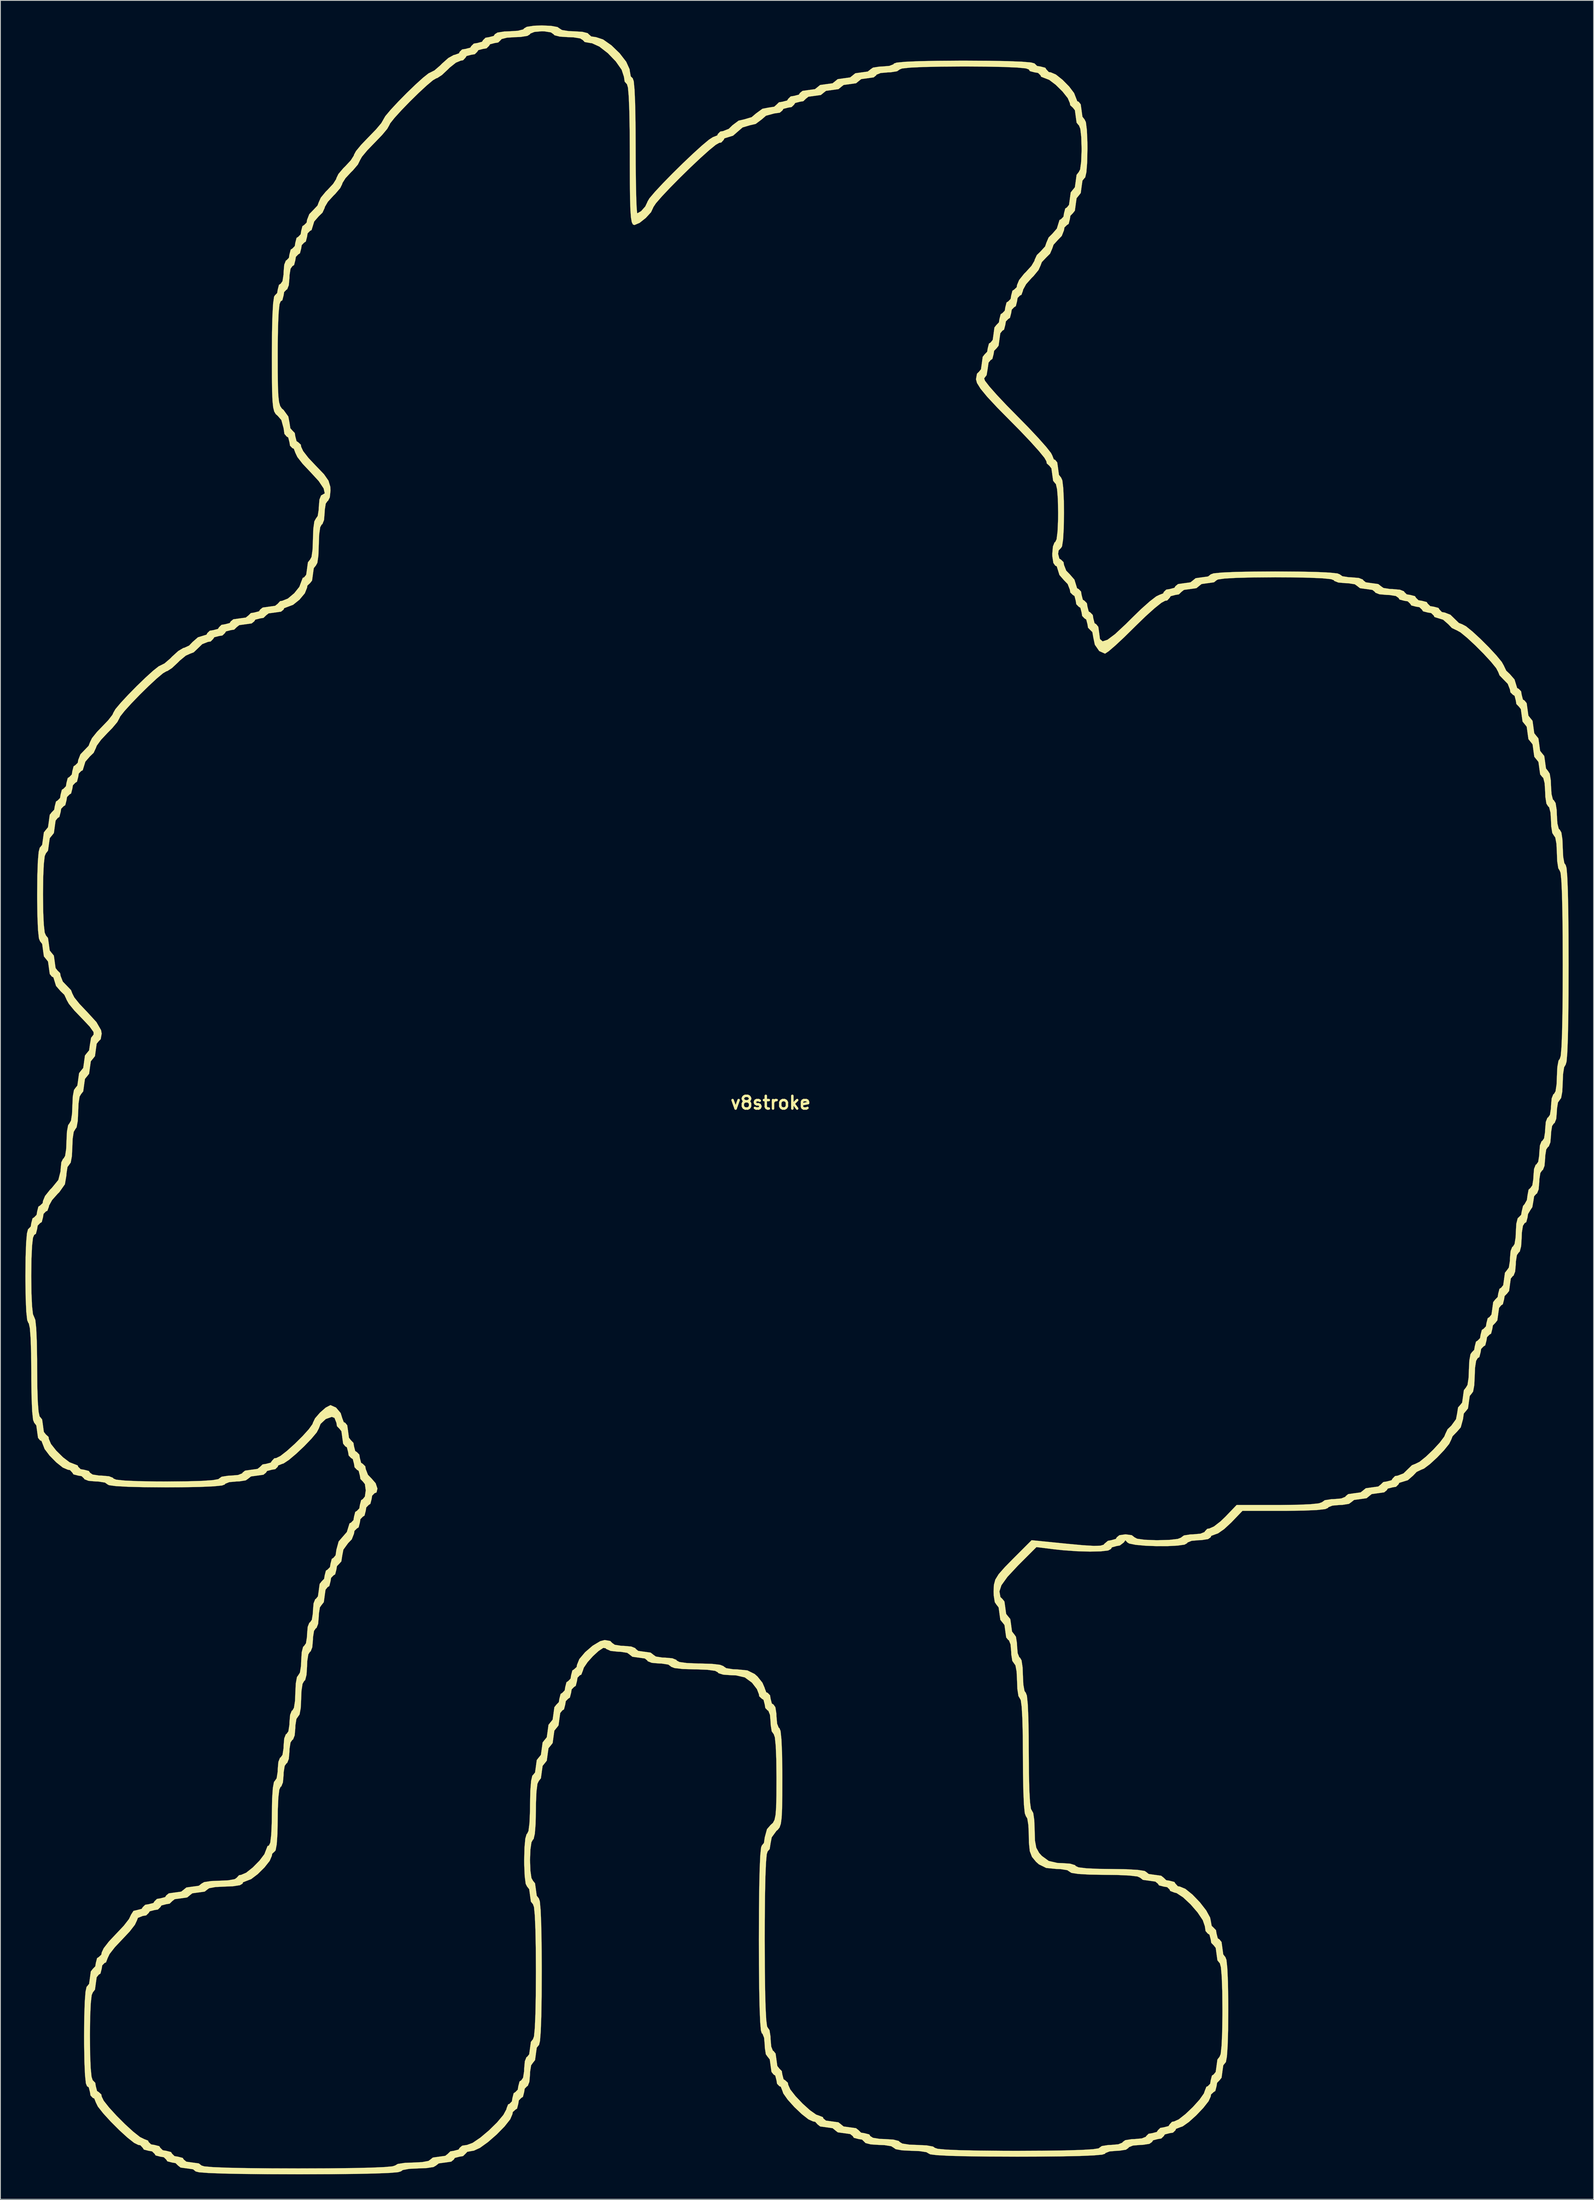
<source format=kicad_pcb>
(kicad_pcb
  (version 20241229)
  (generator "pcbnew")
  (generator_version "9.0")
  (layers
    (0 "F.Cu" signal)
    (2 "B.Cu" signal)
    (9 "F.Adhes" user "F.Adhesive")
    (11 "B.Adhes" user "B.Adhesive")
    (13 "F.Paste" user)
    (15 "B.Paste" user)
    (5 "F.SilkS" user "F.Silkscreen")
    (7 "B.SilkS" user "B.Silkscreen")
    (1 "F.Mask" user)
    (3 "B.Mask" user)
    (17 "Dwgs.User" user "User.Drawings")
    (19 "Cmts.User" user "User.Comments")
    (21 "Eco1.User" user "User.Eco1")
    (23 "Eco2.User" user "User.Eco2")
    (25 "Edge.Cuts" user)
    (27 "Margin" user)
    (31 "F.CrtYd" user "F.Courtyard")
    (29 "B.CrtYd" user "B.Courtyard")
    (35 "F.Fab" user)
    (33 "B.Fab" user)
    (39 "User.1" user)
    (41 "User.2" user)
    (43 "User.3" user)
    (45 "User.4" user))
  (footprint "v8stroke"
    (layer "F.Cu")
    (at 89.611 129.474)
    (property "Reference" "v8stroke" (at 0 0 0) (layer "F.SilkS") (effects (font (size 1.524 1.524) (thickness 0.3))))
    (attr through_hole)
    (fp_poly (pts (xy -26.389 -129.416) (xy -25.625 -129.276) (xy -25.4 -129.117) (xy -25.083 -128.915) (xy -24.271 -128.788) (xy -23.636 -128.764) (xy -22.63 -128.7) (xy -21.991 -128.538) (xy -21.872 -128.411) (xy -21.57 -128.147) (xy -20.981 -128.058) (xy -20.144 -127.782) (xy -19.14 -127.077) (xy -18.152 -126.124) (xy -17.363 -125.106) (xy -16.955 -124.207) (xy -16.933 -124.011) (xy -16.814 -123.343) (xy -16.581 -123.119) (xy -16.458 -122.772) (xy -16.359 -121.754) (xy -16.287 -120.098) (xy -16.243 -117.839) (xy -16.228 -115.01) (xy -16.228 -115.006) (xy -16.219 -112.698) (xy -16.196 -110.645) (xy -16.16 -108.947) (xy -16.114 -107.7) (xy -16.06 -107.004) (xy -16.026 -106.892) (xy -15.572 -107.151) (xy -15.075 -107.711) (xy -14.818 -108.249) (xy -14.817 -108.282) (xy -14.573 -108.693) (xy -13.914 -109.469) (xy -12.951 -110.502) (xy -11.793 -111.684) (xy -10.55 -112.907) (xy -9.331 -114.063) (xy -8.247 -115.046) (xy -7.407 -115.746) (xy -6.921 -116.057) (xy -6.883 -116.064) (xy -6.411 -116.253) (xy -6.35 -116.417) (xy -6.058 -116.714) (xy -5.722 -116.769) (xy -5.04 -117.036) (xy -4.586 -117.475) (xy -3.85 -118.026) (xy -3.175 -118.181) (xy -2.28 -118.445) (xy -1.764 -118.886) (xy -0.98 -119.456) (xy -0.275 -119.592) (xy 0.434 -119.701) (xy 0.706 -119.944) (xy 1.001 -120.231) (xy 1.411 -120.297) (xy 1.984 -120.445) (xy 2.117 -120.65) (xy 2.412 -120.937) (xy 2.822 -121.003) (xy 3.395 -121.151) (xy 3.528 -121.356) (xy 3.834 -121.603) (xy 4.573 -121.708) (xy 4.586 -121.708) (xy 5.329 -121.811) (xy 5.644 -122.057) (xy 5.644 -122.061) (xy 5.951 -122.309) (xy 6.69 -122.414) (xy 6.703 -122.414) (xy 7.446 -122.516) (xy 7.761 -122.762) (xy 7.761 -122.767) (xy 8.068 -123.014) (xy 8.806 -123.119) (xy 8.819 -123.119) (xy 9.563 -123.222) (xy 9.878 -123.468) (xy 9.878 -123.472) (xy 10.184 -123.72) (xy 10.923 -123.825) (xy 10.936 -123.825) (xy 11.679 -123.927) (xy 11.994 -124.173) (xy 11.994 -124.178) (xy 12.307 -124.399) (xy 13.089 -124.522) (xy 13.406 -124.531) (xy 14.289 -124.609) (xy 14.781 -124.804) (xy 14.817 -124.883) (xy 15.164 -125.004) (xy 16.185 -125.101) (xy 17.846 -125.173) (xy 20.118 -125.219) (xy 22.967 -125.236) (xy 23.283 -125.236) (xy 26.188 -125.222) (xy 28.519 -125.179) (xy 30.244 -125.11) (xy 31.33 -125.015) (xy 31.746 -124.897) (xy 31.75 -124.883) (xy 32.045 -124.597) (xy 32.456 -124.531) (xy 33.029 -124.383) (xy 33.161 -124.178) (xy 33.448 -123.867) (xy 33.702 -123.825) (xy 34.303 -123.569) (xy 35.103 -122.934) (xy 35.901 -122.124) (xy 36.495 -121.339) (xy 36.689 -120.838) (xy 36.876 -120.361) (xy 37.042 -120.297) (xy 37.289 -119.991) (xy 37.394 -119.252) (xy 37.394 -119.239) (xy 37.497 -118.496) (xy 37.743 -118.181) (xy 37.747 -118.181) (xy 37.911 -117.845) (xy 38.03 -116.907) (xy 38.093 -115.467) (xy 38.1 -114.653) (xy 38.066 -113.014) (xy 37.973 -111.829) (xy 37.829 -111.2) (xy 37.747 -111.125) (xy 37.5 -110.818) (xy 37.394 -110.08) (xy 37.394 -110.067) (xy 37.292 -109.324) (xy 37.046 -109.008) (xy 37.042 -109.008) (xy 36.794 -108.702) (xy 36.689 -107.963) (xy 36.689 -107.95) (xy 36.587 -107.207) (xy 36.34 -106.892) (xy 36.336 -106.892) (xy 36.049 -106.596) (xy 35.983 -106.186) (xy 35.836 -105.613) (xy 35.631 -105.481) (xy 35.333 -105.189) (xy 35.278 -104.853) (xy 35.012 -104.171) (xy 34.572 -103.717) (xy 34.023 -103.115) (xy 33.867 -102.658) (xy 33.603 -102.04) (xy 33.161 -101.6) (xy 32.614 -101.025) (xy 32.456 -100.605) (xy 32.215 -100.073) (xy 31.616 -99.345) (xy 31.397 -99.131) (xy 30.725 -98.374) (xy 30.361 -97.712) (xy 30.339 -97.578) (xy 30.159 -97.086) (xy 29.986 -97.014) (xy 29.699 -96.718) (xy 29.633 -96.308) (xy 29.486 -95.735) (xy 29.281 -95.603) (xy 28.994 -95.307) (xy 28.928 -94.897) (xy 28.78 -94.324) (xy 28.575 -94.192) (xy 28.288 -93.896) (xy 28.222 -93.486) (xy 28.074 -92.913) (xy 27.869 -92.781) (xy 27.622 -92.474) (xy 27.517 -91.735) (xy 27.517 -91.722) (xy 27.414 -90.979) (xy 27.168 -90.664) (xy 27.164 -90.664) (xy 26.877 -90.368) (xy 26.811 -89.958) (xy 26.663 -89.385) (xy 26.458 -89.253) (xy 26.208 -88.947) (xy 26.106 -88.224) (xy 25.975 -87.442) (xy 25.679 -87.053) (xy 25.775 -86.773) (xy 26.306 -86.084) (xy 27.202 -85.07) (xy 28.389 -83.811) (xy 29.559 -82.624) (xy 30.973 -81.187) (xy 32.192 -79.89) (xy 33.134 -78.827) (xy 33.716 -78.09) (xy 33.867 -77.798) (xy 34.054 -77.322) (xy 34.219 -77.258) (xy 34.467 -76.952) (xy 34.572 -76.213) (xy 34.572 -76.2) (xy 34.674 -75.457) (xy 34.921 -75.142) (xy 34.925 -75.142) (xy 35.08 -74.803) (xy 35.194 -73.84) (xy 35.262 -72.333) (xy 35.278 -70.908) (xy 35.25 -69.05) (xy 35.169 -67.675) (xy 35.044 -66.864) (xy 34.925 -66.675) (xy 34.638 -66.38) (xy 34.572 -65.969) (xy 34.72 -65.396) (xy 34.925 -65.264) (xy 35.223 -64.972) (xy 35.278 -64.636) (xy 35.544 -63.954) (xy 35.983 -63.5) (xy 36.534 -62.866) (xy 36.689 -62.364) (xy 36.853 -61.834) (xy 37.042 -61.736) (xy 37.328 -61.441) (xy 37.394 -61.031) (xy 37.542 -60.457) (xy 37.747 -60.325) (xy 38.034 -60.03) (xy 38.1 -59.619) (xy 38.248 -59.046) (xy 38.453 -58.914) (xy 38.739 -58.618) (xy 38.806 -58.208) (xy 38.953 -57.635) (xy 39.158 -57.503) (xy 39.406 -57.196) (xy 39.511 -56.458) (xy 39.511 -56.444) (xy 39.605 -55.726) (xy 39.921 -55.451) (xy 40.508 -55.644) (xy 41.419 -56.326) (xy 42.704 -57.523) (xy 43.392 -58.208) (xy 44.559 -59.342) (xy 45.59 -60.258) (xy 46.364 -60.854) (xy 46.728 -61.031) (xy 47.207 -61.216) (xy 47.272 -61.383) (xy 47.568 -61.67) (xy 47.978 -61.736) (xy 48.551 -61.884) (xy 48.683 -62.089) (xy 48.99 -62.337) (xy 49.728 -62.442) (xy 49.742 -62.442) (xy 50.485 -62.544) (xy 50.8 -62.79) (xy 50.8 -62.794) (xy 51.107 -63.042) (xy 51.845 -63.147) (xy 51.858 -63.147) (xy 52.601 -63.249) (xy 52.917 -63.496) (xy 52.917 -63.5) (xy 53.263 -63.625) (xy 54.279 -63.725) (xy 55.928 -63.797) (xy 58.174 -63.84) (xy 60.678 -63.853) (xy 63.431 -63.837) (xy 65.619 -63.791) (xy 67.207 -63.716) (xy 68.157 -63.614) (xy 68.439 -63.5) (xy 68.752 -63.279) (xy 69.534 -63.156) (xy 69.85 -63.147) (xy 70.734 -63.069) (xy 71.225 -62.874) (xy 71.261 -62.794) (xy 71.568 -62.547) (xy 72.306 -62.442) (xy 72.319 -62.442) (xy 73.063 -62.339) (xy 73.378 -62.093) (xy 73.378 -62.089) (xy 73.691 -61.868) (xy 74.473 -61.745) (xy 74.789 -61.736) (xy 75.673 -61.658) (xy 76.164 -61.462) (xy 76.2 -61.383) (xy 76.495 -61.097) (xy 76.906 -61.031) (xy 77.479 -60.883) (xy 77.611 -60.678) (xy 77.907 -60.391) (xy 78.317 -60.325) (xy 78.89 -60.177) (xy 79.022 -59.972) (xy 79.318 -59.686) (xy 79.728 -59.619) (xy 80.301 -59.472) (xy 80.433 -59.267) (xy 80.725 -58.969) (xy 81.061 -58.914) (xy 81.743 -58.648) (xy 82.197 -58.208) (xy 82.76 -57.662) (xy 83.164 -57.503) (xy 83.624 -57.26) (xy 84.406 -56.624) (xy 85.368 -55.736) (xy 86.368 -54.738) (xy 87.266 -53.77) (xy 87.922 -52.973) (xy 88.193 -52.488) (xy 88.194 -52.472) (xy 88.455 -51.929) (xy 88.9 -51.506) (xy 89.451 -50.872) (xy 89.606 -50.369) (xy 89.77 -49.84) (xy 89.958 -49.742) (xy 90.245 -49.446) (xy 90.311 -49.036) (xy 90.459 -48.463) (xy 90.664 -48.331) (xy 90.912 -48.024) (xy 91.017 -47.285) (xy 91.017 -47.272) (xy 91.119 -46.529) (xy 91.365 -46.214) (xy 91.369 -46.214) (xy 91.617 -45.907) (xy 91.722 -45.169) (xy 91.722 -45.156) (xy 91.824 -44.412) (xy 92.071 -44.097) (xy 92.075 -44.097) (xy 92.323 -43.791) (xy 92.428 -43.052) (xy 92.428 -43.039) (xy 92.53 -42.296) (xy 92.776 -41.981) (xy 92.781 -41.981) (xy 93.028 -41.674) (xy 93.133 -40.935) (xy 93.133 -40.922) (xy 93.236 -40.179) (xy 93.482 -39.864) (xy 93.486 -39.864) (xy 93.687 -39.547) (xy 93.815 -38.735) (xy 93.839 -38.1) (xy 93.902 -37.094) (xy 94.065 -36.455) (xy 94.192 -36.336) (xy 94.393 -36.019) (xy 94.521 -35.208) (xy 94.544 -34.572) (xy 94.608 -33.566) (xy 94.77 -32.927) (xy 94.897 -32.808) (xy 95.085 -32.487) (xy 95.213 -31.648) (xy 95.25 -30.692) (xy 95.304 -29.564) (xy 95.443 -28.8) (xy 95.603 -28.575) (xy 95.708 -28.226) (xy 95.796 -27.19) (xy 95.865 -25.489) (xy 95.915 -23.141) (xy 95.945 -20.166) (xy 95.956 -16.584) (xy 95.956 -16.581) (xy 95.945 -12.998) (xy 95.915 -10.022) (xy 95.865 -7.674) (xy 95.796 -5.972) (xy 95.708 -4.936) (xy 95.603 -4.586) (xy 95.603 -4.586) (xy 95.415 -4.265) (xy 95.287 -3.425) (xy 95.25 -2.469) (xy 95.196 -1.342) (xy 95.057 -0.578) (xy 94.897 -0.353) (xy 94.676 -0.04) (xy 94.553 0.742) (xy 94.544 1.058) (xy 94.466 1.942) (xy 94.271 2.433) (xy 94.192 2.469) (xy 93.971 2.782) (xy 93.848 3.564) (xy 93.839 3.881) (xy 93.761 4.764) (xy 93.565 5.256) (xy 93.486 5.292) (xy 93.265 5.605) (xy 93.142 6.386) (xy 93.133 6.703) (xy 93.055 7.586) (xy 92.86 8.078) (xy 92.781 8.114) (xy 92.56 8.427) (xy 92.437 9.209) (xy 92.428 9.525) (xy 92.35 10.409) (xy 92.154 10.9) (xy 92.075 10.936) (xy 91.808 11.237) (xy 91.722 11.797) (xy 91.592 12.544) (xy 91.369 12.876) (xy 91.073 13.374) (xy 91.017 13.779) (xy 90.865 14.341) (xy 90.664 14.464) (xy 90.463 14.781) (xy 90.335 15.592) (xy 90.311 16.228) (xy 90.248 17.234) (xy 90.085 17.873) (xy 89.958 17.992) (xy 89.737 18.305) (xy 89.615 19.086) (xy 89.606 19.403) (xy 89.527 20.286) (xy 89.332 20.778) (xy 89.253 20.814) (xy 89.005 21.12) (xy 88.9 21.859) (xy 88.9 21.872) (xy 88.798 22.615) (xy 88.552 22.93) (xy 88.547 22.931) (xy 88.261 23.226) (xy 88.194 23.636) (xy 88.047 24.209) (xy 87.842 24.342) (xy 87.594 24.648) (xy 87.489 25.387) (xy 87.489 25.4) (xy 87.387 26.143) (xy 87.141 26.458) (xy 87.136 26.458) (xy 86.849 26.754) (xy 86.783 27.164) (xy 86.636 27.737) (xy 86.431 27.869) (xy 86.144 28.165) (xy 86.078 28.575) (xy 85.93 29.148) (xy 85.725 29.281) (xy 85.438 29.576) (xy 85.372 29.986) (xy 85.224 30.559) (xy 85.019 30.692) (xy 84.832 31.013) (xy 84.704 31.852) (xy 84.667 32.808) (xy 84.613 33.936) (xy 84.473 34.7) (xy 84.314 34.925) (xy 84.066 35.232) (xy 83.961 35.97) (xy 83.961 35.983) (xy 83.859 36.726) (xy 83.613 37.042) (xy 83.608 37.042) (xy 83.353 37.346) (xy 83.256 38.022) (xy 82.987 39.007) (xy 82.55 39.511) (xy 82.003 40.075) (xy 81.844 40.48) (xy 81.598 40.986) (xy 80.974 41.759) (xy 80.145 42.628) (xy 79.285 43.419) (xy 78.565 43.96) (xy 78.227 44.097) (xy 77.683 44.358) (xy 77.258 44.803) (xy 76.624 45.354) (xy 76.122 45.508) (xy 75.593 45.672) (xy 75.494 45.861) (xy 75.199 46.148) (xy 74.789 46.214) (xy 74.216 46.362) (xy 74.083 46.567) (xy 73.777 46.814) (xy 73.038 46.919) (xy 73.025 46.919) (xy 72.282 47.022) (xy 71.967 47.268) (xy 71.967 47.272) (xy 71.66 47.52) (xy 70.921 47.625) (xy 70.908 47.625) (xy 70.165 47.727) (xy 69.85 47.973) (xy 69.85 47.978) (xy 69.537 48.199) (xy 68.755 48.322) (xy 68.439 48.331) (xy 67.555 48.409) (xy 67.064 48.604) (xy 67.028 48.683) (xy 66.686 48.829) (xy 65.702 48.939) (xy 64.138 49.009) (xy 62.057 49.036) (xy 61.885 49.036) (xy 56.742 49.036) (xy 55.386 50.447) (xy 54.537 51.232) (xy 53.802 51.744) (xy 53.473 51.858) (xy 52.987 52.041) (xy 52.917 52.211) (xy 52.604 52.432) (xy 51.822 52.555) (xy 51.506 52.564) (xy 50.622 52.642) (xy 50.13 52.838) (xy 50.094 52.917) (xy 49.773 53.098) (xy 48.928 53.217) (xy 47.738 53.277) (xy 46.384 53.28) (xy 45.043 53.228) (xy 43.894 53.123) (xy 43.118 52.967) (xy 42.892 52.828) (xy 42.66 52.569) (xy 42.48 52.828) (xy 41.995 53.199) (xy 41.598 53.269) (xy 41.041 53.423) (xy 40.922 53.622) (xy 40.595 53.801) (xy 39.711 53.906) (xy 38.412 53.937) (xy 36.843 53.892) (xy 35.149 53.772) (xy 34.063 53.655) (xy 31.966 53.394) (xy 29.741 55.618) (xy 28.482 56.969) (xy 27.755 57.98) (xy 27.517 58.717) (xy 27.517 58.731) (xy 27.637 59.397) (xy 27.869 59.619) (xy 28.117 59.926) (xy 28.222 60.665) (xy 28.222 60.678) (xy 28.324 61.421) (xy 28.571 61.736) (xy 28.575 61.736) (xy 28.823 62.043) (xy 28.928 62.781) (xy 28.928 62.794) (xy 29.03 63.538) (xy 29.276 63.853) (xy 29.281 63.853) (xy 29.501 64.166) (xy 29.624 64.948) (xy 29.633 65.264) (xy 29.712 66.148) (xy 29.907 66.639) (xy 29.986 66.675) (xy 30.174 66.996) (xy 30.301 67.836) (xy 30.339 68.792) (xy 30.392 69.919) (xy 30.532 70.684) (xy 30.692 70.908) (xy 30.821 71.254) (xy 30.923 72.264) (xy 30.996 73.897) (xy 31.036 76.112) (xy 31.044 77.964) (xy 31.062 80.558) (xy 31.112 82.598) (xy 31.194 84.043) (xy 31.305 84.853) (xy 31.397 85.019) (xy 31.581 85.344) (xy 31.707 86.203) (xy 31.75 87.329) (xy 31.789 88.66) (xy 31.947 89.521) (xy 32.289 90.141) (xy 32.616 90.504) (xy 33.445 91.109) (xy 34.497 91.35) (xy 35.085 91.369) (xy 36.038 91.439) (xy 36.612 91.615) (xy 36.689 91.722) (xy 37.028 91.877) (xy 37.991 91.992) (xy 39.497 92.059) (xy 40.922 92.075) (xy 42.78 92.103) (xy 44.155 92.183) (xy 44.966 92.309) (xy 45.156 92.428) (xy 45.462 92.675) (xy 46.201 92.781) (xy 46.214 92.781) (xy 46.957 92.883) (xy 47.272 93.129) (xy 47.272 93.133) (xy 47.568 93.42) (xy 47.978 93.486) (xy 48.551 93.634) (xy 48.683 93.839) (xy 48.97 94.15) (xy 49.222 94.192) (xy 49.873 94.462) (xy 50.728 95.151) (xy 51.619 96.076) (xy 52.381 97.056) (xy 52.847 97.908) (xy 52.917 98.239) (xy 53.036 98.907) (xy 53.269 99.131) (xy 53.556 99.426) (xy 53.622 99.836) (xy 53.77 100.409) (xy 53.975 100.542) (xy 54.223 100.848) (xy 54.328 101.587) (xy 54.328 101.6) (xy 54.43 102.343) (xy 54.676 102.658) (xy 54.681 102.658) (xy 54.815 103.003) (xy 54.92 104.005) (xy 54.992 105.618) (xy 55.029 107.794) (xy 55.033 109.008) (xy 55.014 111.435) (xy 54.958 113.32) (xy 54.869 114.618) (xy 54.748 115.28) (xy 54.681 115.358) (xy 54.433 115.665) (xy 54.328 116.403) (xy 54.328 116.417) (xy 54.226 117.16) (xy 53.979 117.475) (xy 53.975 117.475) (xy 53.688 117.77) (xy 53.622 118.181) (xy 53.474 118.754) (xy 53.269 118.886) (xy 52.958 119.172) (xy 52.917 119.425) (xy 52.666 119.981) (xy 52.029 120.792) (xy 51.182 121.682) (xy 50.299 122.478) (xy 49.554 123.004) (xy 49.222 123.119) (xy 48.746 123.307) (xy 48.683 123.472) (xy 48.388 123.759) (xy 47.978 123.825) (xy 47.405 123.973) (xy 47.272 124.178) (xy 46.977 124.464) (xy 46.567 124.531) (xy 45.993 124.678) (xy 45.861 124.883) (xy 45.548 125.104) (xy 44.766 125.227) (xy 44.45 125.236) (xy 43.566 125.314) (xy 43.075 125.51) (xy 43.039 125.589) (xy 42.726 125.81) (xy 41.944 125.933) (xy 41.628 125.942) (xy 40.744 126.02) (xy 40.253 126.215) (xy 40.217 126.294) (xy 39.868 126.405) (xy 38.837 126.496) (xy 37.148 126.567) (xy 34.824 126.616) (xy 31.887 126.642) (xy 29.633 126.647) (xy 26.307 126.636) (xy 23.578 126.601) (xy 21.468 126.545) (xy 20.002 126.467) (xy 19.202 126.37) (xy 19.05 126.294) (xy 18.729 126.107) (xy 17.889 125.979) (xy 16.933 125.942) (xy 15.806 125.888) (xy 15.041 125.748) (xy 14.817 125.589) (xy 14.499 125.388) (xy 13.688 125.26) (xy 13.053 125.236) (xy 12.047 125.173) (xy 11.408 125.01) (xy 11.289 124.883) (xy 10.993 124.597) (xy 10.583 124.531) (xy 10.01 124.383) (xy 9.878 124.178) (xy 9.571 123.93) (xy 8.833 123.825) (xy 8.819 123.825) (xy 8.076 123.723) (xy 7.761 123.477) (xy 7.761 123.472) (xy 7.455 123.225) (xy 6.716 123.119) (xy 6.703 123.119) (xy 5.96 123.017) (xy 5.645 122.771) (xy 5.644 122.767) (xy 5.358 122.455) (xy 5.106 122.414) (xy 4.55 122.163) (xy 3.739 121.527) (xy 2.848 120.68) (xy 2.053 119.796) (xy 1.526 119.051) (xy 1.411 118.719) (xy 1.223 118.244) (xy 1.058 118.181) (xy 0.772 117.885) (xy 0.706 117.475) (xy 0.558 116.902) (xy 0.353 116.769) (xy 0.105 116.463) (xy 0.000027 115.724) (xy 0 115.711) (xy -0.102 114.968) (xy -0.348 114.653) (xy -0.353 114.653) (xy -0.574 114.34) (xy -0.697 113.558) (xy -0.706 113.242) (xy -0.784 112.358) (xy -0.979 111.867) (xy -1.058 111.831) (xy -1.166 111.481) (xy -1.256 110.448) (xy -1.325 108.753) (xy -1.375 106.416) (xy -1.404 103.459) (xy -1.411 100.542) (xy -1.4 97.085) (xy -1.368 94.231) (xy -1.315 92) (xy -1.242 90.414) (xy -1.149 89.495) (xy -1.058 89.253) (xy -0.803 88.948) (xy -0.706 88.272) (xy -0.437 87.287) (xy 0 86.783) (xy 0.275 86.535) (xy 0.467 86.174) (xy 0.592 85.585) (xy 0.664 84.65) (xy 0.697 83.253) (xy 0.706 81.278) (xy 0.706 81.061) (xy 0.682 78.925) (xy 0.616 77.304) (xy 0.51 76.259) (xy 0.368 75.851) (xy 0.353 75.847) (xy 0.132 75.534) (xy 0.009 74.752) (xy 0 74.436) (xy -0.078 73.552) (xy -0.274 73.061) (xy -0.353 73.025) (xy -0.639 72.73) (xy -0.706 72.319) (xy -0.853 71.746) (xy -1.058 71.614) (xy -1.369 71.327) (xy -1.411 71.069) (xy -1.645 70.462) (xy -2.216 69.72) (xy -2.277 69.658) (xy -3.106 69.053) (xy -4.158 68.811) (xy -4.746 68.792) (xy -5.699 68.722) (xy -6.273 68.546) (xy -6.35 68.439) (xy -6.68 68.264) (xy -7.581 68.141) (xy -8.92 68.087) (xy -9.172 68.086) (xy -10.57 68.045) (xy -11.552 67.932) (xy -11.985 67.765) (xy -11.994 67.733) (xy -12.307 67.512) (xy -13.089 67.39) (xy -13.406 67.381) (xy -14.289 67.302) (xy -14.781 67.107) (xy -14.817 67.028) (xy -15.123 66.78) (xy -15.862 66.675) (xy -15.875 66.675) (xy -16.618 66.573) (xy -16.933 66.327) (xy -16.933 66.322) (xy -17.246 66.099) (xy -18.025 65.977) (xy -18.315 65.969) (xy -19.239 65.87) (xy -19.79 65.621) (xy -19.839 65.542) (xy -20.125 65.508) (xy -20.685 65.878) (xy -21.364 66.501) (xy -22.007 67.22) (xy -22.459 67.884) (xy -22.578 68.251) (xy -22.765 68.728) (xy -22.931 68.792) (xy -23.217 69.087) (xy -23.283 69.497) (xy -23.431 70.07) (xy -23.636 70.203) (xy -23.923 70.498) (xy -23.989 70.908) (xy -24.137 71.482) (xy -24.342 71.614) (xy -24.628 71.909) (xy -24.694 72.319) (xy -24.842 72.893) (xy -25.047 73.025) (xy -25.295 73.332) (xy -25.4 74.07) (xy -25.4 74.083) (xy -25.502 74.826) (xy -25.748 75.142) (xy -25.753 75.142) (xy -26 75.448) (xy -26.106 76.187) (xy -26.106 76.2) (xy -26.208 76.943) (xy -26.454 77.258) (xy -26.458 77.258) (xy -26.706 77.565) (xy -26.811 78.303) (xy -26.811 78.317) (xy -26.913 79.06) (xy -27.16 79.375) (xy -27.164 79.375) (xy -27.412 79.682) (xy -27.517 80.42) (xy -27.517 80.433) (xy -27.619 81.176) (xy -27.865 81.492) (xy -27.869 81.492) (xy -28.033 81.827) (xy -28.152 82.765) (xy -28.215 84.205) (xy -28.222 85.019) (xy -28.256 86.658) (xy -28.35 87.843) (xy -28.494 88.472) (xy -28.575 88.547) (xy -28.756 88.874) (xy -28.881 89.748) (xy -28.928 91.014) (xy -28.928 91.017) (xy -28.881 92.283) (xy -28.756 93.159) (xy -28.575 93.486) (xy -28.575 93.486) (xy -28.327 93.793) (xy -28.222 94.531) (xy -28.222 94.544) (xy -28.12 95.288) (xy -27.874 95.603) (xy -27.869 95.603) (xy -27.75 95.95) (xy -27.654 96.973) (xy -27.583 98.641) (xy -27.537 100.923) (xy -27.517 103.79) (xy -27.517 104.422) (xy -27.531 107.401) (xy -27.571 109.801) (xy -27.638 111.592) (xy -27.729 112.745) (xy -27.844 113.228) (xy -27.869 113.242) (xy -28.117 113.548) (xy -28.222 114.287) (xy -28.222 114.3) (xy -28.324 115.043) (xy -28.571 115.358) (xy -28.575 115.358) (xy -28.796 115.671) (xy -28.919 116.453) (xy -28.928 116.769) (xy -29.006 117.653) (xy -29.201 118.145) (xy -29.281 118.181) (xy -29.567 118.476) (xy -29.633 118.886) (xy -29.781 119.459) (xy -29.986 119.592) (xy -30.273 119.887) (xy -30.339 120.297) (xy -30.487 120.87) (xy -30.692 121.003) (xy -31.003 121.289) (xy -31.044 121.54) (xy -31.309 122.159) (xy -31.994 123.024) (xy -32.937 123.984) (xy -33.975 124.889) (xy -34.946 125.587) (xy -35.686 125.929) (xy -35.799 125.942) (xy -36.466 126.061) (xy -36.689 126.294) (xy -36.984 126.581) (xy -37.394 126.647) (xy -37.968 126.795) (xy -38.1 127) (xy -38.407 127.248) (xy -39.145 127.353) (xy -39.158 127.353) (xy -39.901 127.455) (xy -40.217 127.701) (xy -40.217 127.706) (xy -40.538 127.893) (xy -41.377 128.021) (xy -42.333 128.058) (xy -43.461 128.112) (xy -44.225 128.252) (xy -44.45 128.411) (xy -44.8 128.515) (xy -45.836 128.602) (xy -47.539 128.671) (xy -49.892 128.721) (xy -52.875 128.752) (xy -56.47 128.764) (xy -56.797 128.764) (xy -60.442 128.754) (xy -63.477 128.724) (xy -65.883 128.676) (xy -67.642 128.608) (xy -68.734 128.523) (xy -69.142 128.42) (xy -69.144 128.411) (xy -69.451 128.163) (xy -70.19 128.058) (xy -70.203 128.058) (xy -70.946 127.956) (xy -71.261 127.71) (xy -71.261 127.706) (xy -71.557 127.419) (xy -71.967 127.353) (xy -72.54 127.205) (xy -72.672 127) (xy -72.968 126.713) (xy -73.378 126.647) (xy -73.951 126.499) (xy -74.083 126.294) (xy -74.379 126.008) (xy -74.789 125.942) (xy -75.362 125.794) (xy -75.494 125.589) (xy -75.781 125.277) (xy -76.03 125.236) (xy -76.533 124.99) (xy -77.347 124.346) (xy -78.333 123.446) (xy -79.347 122.432) (xy -80.247 121.447) (xy -80.892 120.631) (xy -81.139 120.128) (xy -81.139 120.127) (xy -81.327 119.654) (xy -81.492 119.592) (xy -81.778 119.296) (xy -81.844 118.886) (xy -81.992 118.313) (xy -82.197 118.181) (xy -82.335 117.837) (xy -82.441 116.839) (xy -82.513 115.238) (xy -82.547 113.085) (xy -82.55 112.183) (xy -82.53 109.844) (xy -82.471 108.039) (xy -82.377 106.817) (xy -82.25 106.232) (xy -82.197 106.186) (xy -81.95 105.88) (xy -81.844 105.141) (xy -81.844 105.128) (xy -81.742 104.385) (xy -81.496 104.07) (xy -81.492 104.069) (xy -81.205 103.774) (xy -81.139 103.364) (xy -80.991 102.791) (xy -80.786 102.658) (xy -80.477 102.371) (xy -80.433 102.106) (xy -80.194 101.597) (xy -79.567 100.787) (xy -78.686 99.852) (xy -78.669 99.836) (xy -77.785 98.9) (xy -77.152 98.087) (xy -76.906 97.571) (xy -76.906 97.566) (xy -76.611 97.11) (xy -76.2 97.014) (xy -75.627 96.866) (xy -75.494 96.661) (xy -75.199 96.374) (xy -74.789 96.308) (xy -74.216 96.161) (xy -74.083 95.956) (xy -73.788 95.669) (xy -73.378 95.603) (xy -72.805 95.455) (xy -72.672 95.25) (xy -72.366 95.002) (xy -71.627 94.897) (xy -71.614 94.897) (xy -70.871 94.795) (xy -70.556 94.549) (xy -70.556 94.544) (xy -70.249 94.297) (xy -69.51 94.192) (xy -69.497 94.192) (xy -68.754 94.089) (xy -68.439 93.843) (xy -68.439 93.839) (xy -68.118 93.651) (xy -67.278 93.524) (xy -66.322 93.486) (xy -65.195 93.433) (xy -64.43 93.293) (xy -64.206 93.133) (xy -63.919 92.822) (xy -63.665 92.781) (xy -63.064 92.524) (xy -62.264 91.89) (xy -61.466 91.079) (xy -60.872 90.295) (xy -60.678 89.794) (xy -60.491 89.317) (xy -60.325 89.253) (xy -60.166 88.915) (xy -60.049 87.964) (xy -59.984 86.487) (xy -59.972 85.372) (xy -59.942 83.621) (xy -59.855 82.34) (xy -59.721 81.618) (xy -59.619 81.492) (xy -59.399 81.179) (xy -59.276 80.397) (xy -59.267 80.081) (xy -59.188 79.197) (xy -58.993 78.705) (xy -58.914 78.669) (xy -58.693 78.356) (xy -58.57 77.575) (xy -58.561 77.258) (xy -58.483 76.375) (xy -58.287 75.883) (xy -58.208 75.847) (xy -57.987 75.534) (xy -57.865 74.752) (xy -57.856 74.436) (xy -57.777 73.552) (xy -57.582 73.061) (xy -57.503 73.025) (xy -57.315 72.704) (xy -57.187 71.864) (xy -57.15 70.908) (xy -57.096 69.781) (xy -56.957 69.016) (xy -56.797 68.792) (xy -56.596 68.474) (xy -56.468 67.663) (xy -56.444 67.028) (xy -56.381 66.022) (xy -56.219 65.383) (xy -56.092 65.264) (xy -55.871 64.951) (xy -55.748 64.169) (xy -55.739 63.853) (xy -55.661 62.969) (xy -55.465 62.478) (xy -55.386 62.442) (xy -55.165 62.129) (xy -55.042 61.347) (xy -55.033 61.031) (xy -54.955 60.147) (xy -54.76 59.655) (xy -54.681 59.619) (xy -54.433 59.313) (xy -54.328 58.574) (xy -54.328 58.561) (xy -54.226 57.818) (xy -53.979 57.503) (xy -53.975 57.503) (xy -53.688 57.207) (xy -53.622 56.797) (xy -53.474 56.224) (xy -53.269 56.092) (xy -52.983 55.796) (xy -52.917 55.386) (xy -52.769 54.813) (xy -52.564 54.681) (xy -52.309 54.376) (xy -52.211 53.7) (xy -51.942 52.715) (xy -51.506 52.211) (xy -50.955 51.577) (xy -50.8 51.075) (xy -50.636 50.545) (xy -50.447 50.447) (xy -50.161 50.152) (xy -50.094 49.742) (xy -49.947 49.168) (xy -49.742 49.036) (xy -49.455 48.741) (xy -49.389 48.331) (xy -49.241 47.757) (xy -49.036 47.625) (xy -48.788 47.318) (xy -48.683 46.58) (xy -48.683 46.567) (xy -48.786 45.824) (xy -49.032 45.508) (xy -49.036 45.508) (xy -49.323 45.213) (xy -49.389 44.803) (xy -49.537 44.23) (xy -49.742 44.097) (xy -50.028 43.802) (xy -50.094 43.392) (xy -50.242 42.818) (xy -50.447 42.686) (xy -50.734 42.391) (xy -50.8 41.981) (xy -50.948 41.407) (xy -51.153 41.275) (xy -51.4 40.968) (xy -51.506 40.23) (xy -51.506 40.217) (xy -51.608 39.474) (xy -51.854 39.158) (xy -51.858 39.158) (xy -52.145 38.863) (xy -52.211 38.453) (xy -52.443 37.869) (xy -52.765 37.747) (xy -53.488 38.004) (xy -54.111 38.589) (xy -54.328 39.141) (xy -54.576 39.612) (xy -55.216 40.376) (xy -56.09 41.283) (xy -57.044 42.18) (xy -57.92 42.917) (xy -58.561 43.342) (xy -58.73 43.392) (xy -59.204 43.58) (xy -59.267 43.744) (xy -59.562 44.031) (xy -59.972 44.097) (xy -60.545 44.245) (xy -60.678 44.45) (xy -60.984 44.698) (xy -61.723 44.803) (xy -61.736 44.803) (xy -62.479 44.905) (xy -62.794 45.151) (xy -62.794 45.156) (xy -63.107 45.376) (xy -63.889 45.499) (xy -64.206 45.508) (xy -65.089 45.587) (xy -65.581 45.782) (xy -65.617 45.861) (xy -65.962 45.991) (xy -66.972 46.093) (xy -68.605 46.165) (xy -70.82 46.206) (xy -72.672 46.214) (xy -75.266 46.197) (xy -77.306 46.146) (xy -78.752 46.064) (xy -79.561 45.954) (xy -79.728 45.861) (xy -80.041 45.64) (xy -80.823 45.517) (xy -81.139 45.508) (xy -82.023 45.43) (xy -82.514 45.235) (xy -82.55 45.156) (xy -82.845 44.869) (xy -83.256 44.803) (xy -83.829 44.655) (xy -83.961 44.45) (xy -84.248 44.139) (xy -84.502 44.097) (xy -85.103 43.841) (xy -85.903 43.206) (xy -86.701 42.396) (xy -87.295 41.611) (xy -87.489 41.11) (xy -87.676 40.633) (xy -87.842 40.569) (xy -88.089 40.263) (xy -88.194 39.524) (xy -88.194 39.511) (xy -88.297 38.768) (xy -88.543 38.453) (xy -88.547 38.453) (xy -88.685 38.109) (xy -88.791 37.111) (xy -88.863 35.51) (xy -88.897 33.357) (xy -88.9 32.456) (xy -88.92 30.116) (xy -88.979 28.311) (xy -89.073 27.09) (xy -89.2 26.504) (xy -89.253 26.458) (xy -89.393 26.115) (xy -89.501 25.122) (xy -89.573 23.535) (xy -89.604 21.409) (xy -89.606 20.814) (xy -89.606 20.809) (xy -88.9 20.809) (xy -88.9 20.814) (xy -88.876 22.875) (xy -88.806 24.429) (xy -88.695 25.41) (xy -88.548 25.753) (xy -88.547 25.753) (xy -88.41 26.097) (xy -88.303 27.095) (xy -88.232 28.695) (xy -88.197 30.848) (xy -88.194 31.75) (xy -88.174 34.089) (xy -88.116 35.895) (xy -88.021 37.116) (xy -87.895 37.702) (xy -87.842 37.747) (xy -87.594 38.054) (xy -87.489 38.792) (xy -87.489 38.806) (xy -87.387 39.549) (xy -87.141 39.864) (xy -87.136 39.864) (xy -86.825 40.15) (xy -86.783 40.405) (xy -86.527 41.005) (xy -85.893 41.806) (xy -85.082 42.604) (xy -84.297 43.198) (xy -83.796 43.392) (xy -83.32 43.579) (xy -83.256 43.744) (xy -82.96 44.031) (xy -82.55 44.097) (xy -81.977 44.245) (xy -81.844 44.45) (xy -81.531 44.671) (xy -80.75 44.794) (xy -80.433 44.803) (xy -79.55 44.881) (xy -79.058 45.076) (xy -79.022 45.156) (xy -78.678 45.29) (xy -77.675 45.395) (xy -76.062 45.467) (xy -73.886 45.504) (xy -72.672 45.508) (xy -70.246 45.489) (xy -68.36 45.434) (xy -67.063 45.344) (xy -66.401 45.223) (xy -66.322 45.156) (xy -66.009 44.935) (xy -65.227 44.812) (xy -64.911 44.803) (xy -64.027 44.725) (xy -63.536 44.529) (xy -63.5 44.45) (xy -63.193 44.202) (xy -62.455 44.097) (xy -62.442 44.097) (xy -61.699 43.995) (xy -61.383 43.749) (xy -61.383 43.744) (xy -61.088 43.458) (xy -60.678 43.392) (xy -60.105 43.244) (xy -59.972 43.039) (xy -59.686 42.727) (xy -59.435 42.686) (xy -58.95 42.447) (xy -58.159 41.831) (xy -57.221 40.988) (xy -56.292 40.069) (xy -55.528 39.225) (xy -55.086 38.608) (xy -55.033 38.444) (xy -54.782 37.92) (xy -54.19 37.235) (xy -53.497 36.628) (xy -52.943 36.338) (xy -52.908 36.336) (xy -52.255 36.625) (xy -51.697 37.282) (xy -51.506 37.898) (xy -51.323 38.384) (xy -51.153 38.453) (xy -50.905 38.759) (xy -50.8 39.498) (xy -50.8 39.511) (xy -50.698 40.254) (xy -50.452 40.569) (xy -50.447 40.569) (xy -50.161 40.865) (xy -50.094 41.275) (xy -49.947 41.848) (xy -49.742 41.981) (xy -49.455 42.276) (xy -49.389 42.686) (xy -49.241 43.259) (xy -49.036 43.392) (xy -48.738 43.683) (xy -48.683 44.019) (xy -48.417 44.701) (xy -47.978 45.156) (xy -47.489 45.719) (xy -47.275 46.361) (xy -47.387 46.828) (xy -47.625 46.919) (xy -47.912 47.215) (xy -47.978 47.625) (xy -48.126 48.198) (xy -48.331 48.331) (xy -48.617 48.626) (xy -48.683 49.036) (xy -48.831 49.609) (xy -49.036 49.742) (xy -49.323 50.037) (xy -49.389 50.447) (xy -49.537 51.02) (xy -49.742 51.153) (xy -50.039 51.445) (xy -50.094 51.78) (xy -50.361 52.463) (xy -50.8 52.917) (xy -51.37 53.7) (xy -51.506 54.406) (xy -51.615 55.114) (xy -51.858 55.386) (xy -52.145 55.682) (xy -52.211 56.092) (xy -52.359 56.665) (xy -52.564 56.797) (xy -52.851 57.093) (xy -52.917 57.503) (xy -53.064 58.076) (xy -53.269 58.208) (xy -53.517 58.515) (xy -53.622 59.254) (xy -53.622 59.267) (xy -53.724 60.01) (xy -53.971 60.325) (xy -53.975 60.325) (xy -54.196 60.638) (xy -54.319 61.42) (xy -54.328 61.736) (xy -54.406 62.62) (xy -54.601 63.111) (xy -54.681 63.147) (xy -54.901 63.46) (xy -55.024 64.242) (xy -55.033 64.558) (xy -55.112 65.442) (xy -55.307 65.933) (xy -55.386 65.969) (xy -55.587 66.287) (xy -55.715 67.098) (xy -55.739 67.733) (xy -55.802 68.74) (xy -55.965 69.378) (xy -56.092 69.497) (xy -56.28 69.819) (xy -56.407 70.658) (xy -56.444 71.614) (xy -56.498 72.741) (xy -56.638 73.506) (xy -56.797 73.731) (xy -57.018 74.044) (xy -57.141 74.825) (xy -57.15 75.142) (xy -57.228 76.025) (xy -57.424 76.517) (xy -57.503 76.553) (xy -57.724 76.866) (xy -57.847 77.648) (xy -57.856 77.964) (xy -57.934 78.848) (xy -58.129 79.339) (xy -58.208 79.375) (xy -58.429 79.688) (xy -58.552 80.47) (xy -58.561 80.786) (xy -58.639 81.67) (xy -58.835 82.161) (xy -58.914 82.197) (xy -59.073 82.535) (xy -59.19 83.486) (xy -59.255 84.963) (xy -59.267 86.078) (xy -59.297 87.829) (xy -59.384 89.11) (xy -59.518 89.832) (xy -59.619 89.958) (xy -59.931 90.245) (xy -59.972 90.499) (xy -60.229 91.1) (xy -60.863 91.9) (xy -61.674 92.698) (xy -62.458 93.292) (xy -62.959 93.486) (xy -63.436 93.673) (xy -63.5 93.839) (xy -63.821 94.027) (xy -64.661 94.154) (xy -65.617 94.192) (xy -66.744 94.245) (xy -67.509 94.385) (xy -67.733 94.544) (xy -68.04 94.792) (xy -68.778 94.897) (xy -68.792 94.897) (xy -69.535 94.999) (xy -69.85 95.246) (xy -69.85 95.25) (xy -70.157 95.498) (xy -70.895 95.603) (xy -70.908 95.603) (xy -71.651 95.705) (xy -71.967 95.951) (xy -71.967 95.956) (xy -72.262 96.242) (xy -72.672 96.308) (xy -73.245 96.456) (xy -73.378 96.661) (xy -73.673 96.948) (xy -74.083 97.014) (xy -74.657 97.162) (xy -74.789 97.367) (xy -75.084 97.653) (xy -75.494 97.719) (xy -76.077 97.95) (xy -76.2 98.272) (xy -76.439 98.781) (xy -77.067 99.59) (xy -77.948 100.526) (xy -77.964 100.542) (xy -78.848 101.478) (xy -79.481 102.291) (xy -79.728 102.807) (xy -79.728 102.812) (xy -79.911 103.296) (xy -80.081 103.364) (xy -80.367 103.659) (xy -80.433 104.069) (xy -80.581 104.643) (xy -80.786 104.775) (xy -81.034 105.082) (xy -81.139 105.82) (xy -81.139 105.833) (xy -81.241 106.576) (xy -81.487 106.892) (xy -81.492 106.892) (xy -81.635 107.234) (xy -81.745 108.221) (xy -81.816 109.792) (xy -81.844 111.888) (xy -81.844 112.183) (xy -81.822 114.34) (xy -81.756 115.98) (xy -81.651 117.043) (xy -81.511 117.47) (xy -81.492 117.475) (xy -81.205 117.77) (xy -81.139 118.181) (xy -80.991 118.754) (xy -80.786 118.886) (xy -80.474 119.172) (xy -80.433 119.422) (xy -80.187 119.924) (xy -79.543 120.739) (xy -78.643 121.724) (xy -77.63 122.738) (xy -76.644 123.638) (xy -75.829 124.283) (xy -75.325 124.531) (xy -75.325 124.531) (xy -74.851 124.719) (xy -74.789 124.883) (xy -74.493 125.17) (xy -74.083 125.236) (xy -73.51 125.384) (xy -73.378 125.589) (xy -73.082 125.876) (xy -72.672 125.942) (xy -72.099 126.089) (xy -71.967 126.294) (xy -71.671 126.581) (xy -71.261 126.647) (xy -70.688 126.795) (xy -70.556 127) (xy -70.249 127.248) (xy -69.51 127.353) (xy -69.497 127.353) (xy -68.754 127.455) (xy -68.439 127.701) (xy -68.439 127.706) (xy -68.09 127.812) (xy -67.055 127.901) (xy -65.357 127.97) (xy -63.014 128.02) (xy -60.048 128.049) (xy -56.797 128.058) (xy -53.277 128.048) (xy -50.362 128.016) (xy -48.072 127.965) (xy -46.428 127.894) (xy -45.449 127.804) (xy -45.156 127.706) (xy -44.834 127.518) (xy -43.995 127.39) (xy -43.039 127.353) (xy -41.911 127.299) (xy -41.147 127.159) (xy -40.922 127) (xy -40.616 126.752) (xy -39.877 126.647) (xy -39.864 126.647) (xy -39.121 126.545) (xy -38.806 126.299) (xy -38.806 126.294) (xy -38.51 126.008) (xy -38.1 125.942) (xy -37.527 125.794) (xy -37.394 125.589) (xy -37.092 125.325) (xy -36.505 125.236) (xy -35.836 124.991) (xy -34.902 124.357) (xy -33.865 123.484) (xy -32.887 122.523) (xy -32.133 121.624) (xy -31.763 120.939) (xy -31.75 120.834) (xy -31.562 120.36) (xy -31.397 120.297) (xy -31.111 120.002) (xy -31.044 119.592) (xy -30.897 119.018) (xy -30.692 118.886) (xy -30.405 118.591) (xy -30.339 118.181) (xy -30.191 117.607) (xy -29.986 117.475) (xy -29.765 117.162) (xy -29.642 116.38) (xy -29.633 116.064) (xy -29.555 115.18) (xy -29.36 114.689) (xy -29.281 114.653) (xy -29.033 114.346) (xy -28.928 113.608) (xy -28.928 113.594) (xy -28.826 112.851) (xy -28.579 112.536) (xy -28.575 112.536) (xy -28.452 112.189) (xy -28.354 111.171) (xy -28.282 109.515) (xy -28.237 107.256) (xy -28.222 104.426) (xy -28.222 104.422) (xy -28.237 101.592) (xy -28.282 99.332) (xy -28.354 97.675) (xy -28.452 96.656) (xy -28.575 96.308) (xy -28.575 96.308) (xy -28.823 96.002) (xy -28.928 95.263) (xy -28.928 95.25) (xy -29.03 94.507) (xy -29.276 94.192) (xy -29.281 94.192) (xy -29.45 93.859) (xy -29.57 92.937) (xy -29.629 91.542) (xy -29.633 91.017) (xy -29.596 89.495) (xy -29.494 88.41) (xy -29.339 87.877) (xy -29.281 87.842) (xy -29.117 87.506) (xy -28.998 86.568) (xy -28.935 85.128) (xy -28.928 84.314) (xy -28.894 82.675) (xy -28.8 81.49) (xy -28.656 80.861) (xy -28.575 80.786) (xy -28.327 80.48) (xy -28.222 79.741) (xy -28.222 79.728) (xy -28.12 78.985) (xy -27.874 78.67) (xy -27.869 78.669) (xy -27.622 78.363) (xy -27.517 77.624) (xy -27.517 77.611) (xy -27.414 76.868) (xy -27.168 76.553) (xy -27.164 76.553) (xy -26.916 76.246) (xy -26.811 75.508) (xy -26.811 75.494) (xy -26.709 74.751) (xy -26.463 74.436) (xy -26.458 74.436) (xy -26.211 74.13) (xy -26.106 73.391) (xy -26.106 73.378) (xy -26.003 72.635) (xy -25.757 72.32) (xy -25.753 72.319) (xy -25.466 72.024) (xy -25.4 71.614) (xy -25.252 71.041) (xy -25.047 70.908) (xy -24.761 70.613) (xy -24.694 70.203) (xy -24.547 69.63) (xy -24.342 69.497) (xy -24.055 69.202) (xy -23.989 68.792) (xy -23.841 68.218) (xy -23.636 68.086) (xy -23.325 67.8) (xy -23.283 67.545) (xy -23.005 66.852) (xy -22.307 66.022) (xy -21.4 65.242) (xy -20.492 64.698) (xy -19.944 64.558) (xy -19.275 64.678) (xy -19.05 64.911) (xy -18.737 65.132) (xy -17.955 65.255) (xy -17.639 65.264) (xy -16.755 65.342) (xy -16.264 65.538) (xy -16.228 65.617) (xy -15.921 65.864) (xy -15.183 65.969) (xy -15.169 65.969) (xy -14.426 66.072) (xy -14.111 66.318) (xy -14.111 66.322) (xy -13.798 66.543) (xy -13.016 66.666) (xy -12.7 66.675) (xy -11.816 66.753) (xy -11.325 66.949) (xy -11.289 67.028) (xy -10.959 67.202) (xy -10.058 67.325) (xy -8.719 67.379) (xy -8.467 67.381) (xy -7.069 67.422) (xy -6.087 67.534) (xy -5.654 67.702) (xy -5.644 67.733) (xy -5.329 67.943) (xy -4.53 68.069) (xy -4.041 68.086) (xy -2.799 68.207) (xy -1.915 68.645) (xy -1.571 68.952) (xy -0.981 69.69) (xy -0.708 70.322) (xy -0.706 70.363) (xy -0.52 70.843) (xy -0.353 70.908) (xy -0.066 71.204) (xy 0 71.614) (xy 0.148 72.187) (xy 0.353 72.319) (xy 0.574 72.632) (xy 0.697 73.414) (xy 0.706 73.731) (xy 0.784 74.614) (xy 0.979 75.106) (xy 1.058 75.142) (xy 1.197 75.485) (xy 1.303 76.482) (xy 1.375 78.08) (xy 1.409 80.227) (xy 1.411 81.061) (xy 1.406 83.244) (xy 1.382 84.831) (xy 1.328 85.927) (xy 1.231 86.643) (xy 1.08 87.085) (xy 0.863 87.363) (xy 0.706 87.489) (xy 0.136 88.273) (xy 0 88.978) (xy -0.11 89.687) (xy -0.353 89.958) (xy -0.464 90.307) (xy -0.555 91.338) (xy -0.625 93.027) (xy -0.674 95.351) (xy -0.701 98.288) (xy -0.706 100.542) (xy -0.694 103.868) (xy -0.66 106.597) (xy -0.603 108.707) (xy -0.526 110.173) (xy -0.428 110.973) (xy -0.353 111.125) (xy -0.132 111.438) (xy -0.009 112.22) (xy 0 112.536) (xy 0.078 113.42) (xy 0.274 113.911) (xy 0.353 113.947) (xy 0.6 114.254) (xy 0.706 114.992) (xy 0.706 115.006) (xy 0.808 115.749) (xy 1.054 116.064) (xy 1.058 116.064) (xy 1.345 116.359) (xy 1.411 116.769) (xy 1.559 117.343) (xy 1.764 117.475) (xy 2.075 117.761) (xy 2.117 118.013) (xy 2.368 118.57) (xy 3.004 119.38) (xy 3.851 120.271) (xy 4.734 121.067) (xy 5.479 121.593) (xy 5.812 121.708) (xy 6.287 121.896) (xy 6.35 122.061) (xy 6.657 122.309) (xy 7.395 122.414) (xy 7.408 122.414) (xy 8.151 122.516) (xy 8.467 122.762) (xy 8.467 122.767) (xy 8.773 123.014) (xy 9.512 123.119) (xy 9.525 123.119) (xy 10.268 123.222) (xy 10.583 123.468) (xy 10.583 123.472) (xy 10.879 123.759) (xy 11.289 123.825) (xy 11.862 123.973) (xy 11.994 124.178) (xy 12.312 124.379) (xy 13.123 124.507) (xy 13.758 124.531) (xy 14.765 124.594) (xy 15.403 124.756) (xy 15.522 124.883) (xy 15.844 125.071) (xy 16.683 125.199) (xy 17.639 125.236) (xy 18.766 125.29) (xy 19.531 125.43) (xy 19.756 125.589) (xy 20.104 125.703) (xy 21.132 125.796) (xy 22.813 125.867) (xy 25.123 125.915) (xy 28.035 125.939) (xy 29.633 125.942) (xy 32.824 125.929) (xy 35.425 125.893) (xy 37.41 125.832) (xy 38.754 125.75) (xy 39.431 125.646) (xy 39.511 125.589) (xy 39.824 125.368) (xy 40.606 125.245) (xy 40.922 125.236) (xy 41.806 125.158) (xy 42.297 124.962) (xy 42.333 124.883) (xy 42.646 124.662) (xy 43.428 124.54) (xy 43.744 124.531) (xy 44.628 124.452) (xy 45.12 124.257) (xy 45.156 124.178) (xy 45.451 123.891) (xy 45.861 123.825) (xy 46.434 123.677) (xy 46.567 123.472) (xy 46.862 123.186) (xy 47.272 123.119) (xy 47.845 122.972) (xy 47.978 122.767) (xy 48.264 122.455) (xy 48.516 122.414) (xy 49.072 122.163) (xy 49.883 121.527) (xy 50.774 120.68) (xy 51.57 119.796) (xy 52.096 119.051) (xy 52.211 118.719) (xy 52.399 118.244) (xy 52.564 118.181) (xy 52.851 117.885) (xy 52.917 117.475) (xy 53.064 116.902) (xy 53.269 116.769) (xy 53.517 116.463) (xy 53.622 115.724) (xy 53.622 115.711) (xy 53.724 114.968) (xy 53.971 114.653) (xy 53.975 114.653) (xy 54.116 114.31) (xy 54.223 113.317) (xy 54.295 111.73) (xy 54.326 109.604) (xy 54.328 109.008) (xy 54.306 106.759) (xy 54.244 105.035) (xy 54.145 103.892) (xy 54.012 103.385) (xy 53.975 103.364) (xy 53.727 103.057) (xy 53.622 102.319) (xy 53.622 102.306) (xy 53.52 101.562) (xy 53.274 101.247) (xy 53.269 101.247) (xy 52.983 100.952) (xy 52.917 100.542) (xy 52.769 99.968) (xy 52.564 99.836) (xy 52.3 99.534) (xy 52.211 98.945) (xy 51.964 98.231) (xy 51.336 97.295) (xy 50.491 96.319) (xy 49.596 95.484) (xy 48.819 94.974) (xy 48.516 94.897) (xy 48.041 94.71) (xy 47.978 94.544) (xy 47.682 94.258) (xy 47.272 94.192) (xy 46.699 94.044) (xy 46.567 93.839) (xy 46.26 93.591) (xy 45.522 93.486) (xy 45.508 93.486) (xy 44.765 93.384) (xy 44.45 93.138) (xy 44.45 93.133) (xy 44.111 92.978) (xy 43.148 92.864) (xy 41.642 92.796) (xy 40.217 92.781) (xy 38.358 92.752) (xy 36.984 92.672) (xy 36.173 92.547) (xy 35.983 92.428) (xy 35.668 92.218) (xy 34.869 92.092) (xy 34.38 92.075) (xy 33.138 91.954) (xy 32.254 91.516) (xy 31.91 91.209) (xy 31.425 90.621) (xy 31.162 89.935) (xy 31.058 88.92) (xy 31.044 88.034) (xy 30.995 86.83) (xy 30.864 86.004) (xy 30.692 85.725) (xy 30.562 85.379) (xy 30.46 84.369) (xy 30.388 82.737) (xy 30.347 80.521) (xy 30.339 78.669) (xy 30.322 76.076) (xy 30.271 74.035) (xy 30.189 72.59) (xy 30.079 71.78) (xy 29.986 71.614) (xy 29.798 71.293) (xy 29.671 70.453) (xy 29.633 69.497) (xy 29.58 68.37) (xy 29.44 67.605) (xy 29.281 67.381) (xy 29.06 67.068) (xy 28.937 66.286) (xy 28.928 65.969) (xy 28.85 65.086) (xy 28.654 64.594) (xy 28.575 64.558) (xy 28.327 64.252) (xy 28.222 63.513) (xy 28.222 63.5) (xy 28.12 62.757) (xy 27.874 62.442) (xy 27.869 62.442) (xy 27.622 62.135) (xy 27.517 61.397) (xy 27.517 61.383) (xy 27.414 60.64) (xy 27.168 60.325) (xy 27.164 60.325) (xy 26.954 60.01) (xy 26.828 59.211) (xy 26.811 58.731) (xy 26.846 57.937) (xy 27.018 57.295) (xy 27.424 56.639) (xy 28.162 55.802) (xy 29.098 54.85) (xy 31.384 52.564) (xy 35.686 52.994) (xy 37.574 53.168) (xy 38.863 53.244) (xy 39.654 53.223) (xy 40.047 53.105) (xy 40.132 52.994) (xy 40.558 52.635) (xy 40.952 52.564) (xy 41.509 52.41) (xy 41.628 52.211) (xy 41.934 51.963) (xy 42.673 51.858) (xy 42.686 51.858) (xy 43.429 51.961) (xy 43.744 52.207) (xy 43.744 52.211) (xy 44.075 52.386) (xy 44.976 52.509) (xy 46.314 52.563) (xy 46.567 52.564) (xy 47.964 52.523) (xy 48.946 52.41) (xy 49.379 52.243) (xy 49.389 52.211) (xy 49.702 51.99) (xy 50.484 51.867) (xy 50.8 51.858) (xy 51.684 51.78) (xy 52.175 51.585) (xy 52.211 51.506) (xy 52.499 51.197) (xy 52.768 51.153) (xy 53.308 50.913) (xy 54.103 50.296) (xy 54.681 49.742) (xy 56.036 48.331) (xy 61.179 48.331) (xy 63.296 48.307) (xy 64.9 48.24) (xy 65.929 48.132) (xy 66.32 47.99) (xy 66.322 47.978) (xy 66.635 47.757) (xy 67.417 47.634) (xy 67.733 47.625) (xy 68.617 47.547) (xy 69.108 47.351) (xy 69.144 47.272) (xy 69.451 47.025) (xy 70.19 46.919) (xy 70.203 46.919) (xy 70.946 46.817) (xy 71.261 46.571) (xy 71.261 46.567) (xy 71.568 46.319) (xy 72.306 46.214) (xy 72.319 46.214) (xy 73.063 46.112) (xy 73.378 45.865) (xy 73.378 45.861) (xy 73.673 45.574) (xy 74.083 45.508) (xy 74.657 45.361) (xy 74.789 45.156) (xy 75.081 44.858) (xy 75.417 44.803) (xy 76.099 44.537) (xy 76.553 44.097) (xy 77.117 43.551) (xy 77.522 43.392) (xy 78.027 43.145) (xy 78.801 42.521) (xy 79.67 41.692) (xy 80.461 40.832) (xy 81.002 40.113) (xy 81.139 39.775) (xy 81.4 39.23) (xy 81.844 38.806) (xy 82.414 38.022) (xy 82.55 37.317) (xy 82.66 36.608) (xy 82.903 36.336) (xy 83.15 36.03) (xy 83.256 35.291) (xy 83.256 35.278) (xy 83.358 34.535) (xy 83.604 34.22) (xy 83.608 34.219) (xy 83.796 33.898) (xy 83.924 33.059) (xy 83.961 32.103) (xy 84.015 30.975) (xy 84.155 30.211) (xy 84.314 29.986) (xy 84.601 29.691) (xy 84.667 29.281) (xy 84.814 28.707) (xy 85.019 28.575) (xy 85.306 28.28) (xy 85.372 27.869) (xy 85.52 27.296) (xy 85.725 27.164) (xy 86.012 26.868) (xy 86.078 26.458) (xy 86.226 25.885) (xy 86.431 25.753) (xy 86.678 25.446) (xy 86.783 24.708) (xy 86.783 24.694) (xy 86.886 23.951) (xy 87.132 23.636) (xy 87.136 23.636) (xy 87.423 23.341) (xy 87.489 22.931) (xy 87.637 22.357) (xy 87.842 22.225) (xy 88.089 21.918) (xy 88.194 21.18) (xy 88.194 21.167) (xy 88.297 20.424) (xy 88.543 20.108) (xy 88.547 20.108) (xy 88.768 19.795) (xy 88.891 19.014) (xy 88.9 18.697) (xy 88.978 17.814) (xy 89.174 17.322) (xy 89.253 17.286) (xy 89.454 16.969) (xy 89.582 16.158) (xy 89.606 15.522) (xy 89.669 14.516) (xy 89.831 13.877) (xy 89.958 13.758) (xy 90.248 13.464) (xy 90.311 13.074) (xy 90.473 12.398) (xy 90.664 12.171) (xy 90.937 11.685) (xy 91.017 11.092) (xy 91.14 10.439) (xy 91.369 10.231) (xy 91.59 9.918) (xy 91.713 9.136) (xy 91.722 8.819) (xy 91.8 7.936) (xy 91.996 7.444) (xy 92.075 7.408) (xy 92.296 7.095) (xy 92.419 6.314) (xy 92.428 5.997) (xy 92.506 5.114) (xy 92.701 4.622) (xy 92.781 4.586) (xy 93.001 4.273) (xy 93.124 3.491) (xy 93.133 3.175) (xy 93.212 2.291) (xy 93.407 1.8) (xy 93.486 1.764) (xy 93.707 1.451) (xy 93.83 0.669) (xy 93.839 0.353) (xy 93.917 -0.531) (xy 94.113 -1.022) (xy 94.192 -1.058) (xy 94.38 -1.38) (xy 94.507 -2.219) (xy 94.544 -3.175) (xy 94.598 -4.302) (xy 94.738 -5.067) (xy 94.897 -5.292) (xy 95.005 -5.641) (xy 95.094 -6.674) (xy 95.164 -8.37) (xy 95.214 -10.707) (xy 95.242 -13.664) (xy 95.25 -16.581) (xy 95.239 -20.037) (xy 95.207 -22.891) (xy 95.154 -25.122) (xy 95.081 -26.708) (xy 94.988 -27.627) (xy 94.897 -27.869) (xy 94.709 -28.191) (xy 94.582 -29.03) (xy 94.544 -29.986) (xy 94.491 -31.114) (xy 94.351 -31.878) (xy 94.192 -32.103) (xy 93.99 -32.42) (xy 93.863 -33.231) (xy 93.839 -33.867) (xy 93.775 -34.873) (xy 93.613 -35.512) (xy 93.486 -35.631) (xy 93.285 -35.948) (xy 93.157 -36.759) (xy 93.133 -37.394) (xy 93.07 -38.401) (xy 92.908 -39.039) (xy 92.781 -39.158) (xy 92.533 -39.465) (xy 92.428 -40.203) (xy 92.428 -40.217) (xy 92.326 -40.96) (xy 92.079 -41.275) (xy 92.075 -41.275) (xy 91.827 -41.582) (xy 91.722 -42.32) (xy 91.722 -42.333) (xy 91.62 -43.076) (xy 91.374 -43.392) (xy 91.369 -43.392) (xy 91.122 -43.698) (xy 91.017 -44.437) (xy 91.017 -44.45) (xy 90.914 -45.193) (xy 90.668 -45.508) (xy 90.664 -45.508) (xy 90.416 -45.815) (xy 90.311 -46.553) (xy 90.311 -46.567) (xy 90.209 -47.31) (xy 89.963 -47.625) (xy 89.958 -47.625) (xy 89.672 -47.92) (xy 89.606 -48.331) (xy 89.458 -48.904) (xy 89.253 -49.036) (xy 88.955 -49.328) (xy 88.9 -49.664) (xy 88.634 -50.346) (xy 88.194 -50.8) (xy 87.648 -51.363) (xy 87.489 -51.766) (xy 87.246 -52.227) (xy 86.61 -53.009) (xy 85.722 -53.97) (xy 84.724 -54.971) (xy 83.756 -55.869) (xy 82.959 -56.525) (xy 82.475 -56.796) (xy 82.458 -56.797) (xy 81.915 -57.058) (xy 81.492 -57.503) (xy 80.858 -58.054) (xy 80.355 -58.208) (xy 79.826 -58.372) (xy 79.728 -58.561) (xy 79.432 -58.848) (xy 79.022 -58.914) (xy 78.449 -59.062) (xy 78.317 -59.267) (xy 78.021 -59.553) (xy 77.611 -59.619) (xy 77.038 -59.767) (xy 76.906 -59.972) (xy 76.61 -60.259) (xy 76.2 -60.325) (xy 75.627 -60.473) (xy 75.494 -60.678) (xy 75.181 -60.899) (xy 74.4 -61.022) (xy 74.083 -61.031) (xy 73.2 -61.109) (xy 72.708 -61.304) (xy 72.672 -61.383) (xy 72.366 -61.631) (xy 71.627 -61.736) (xy 71.614 -61.736) (xy 70.871 -61.838) (xy 70.556 -62.084) (xy 70.556 -62.089) (xy 70.243 -62.31) (xy 69.461 -62.433) (xy 69.144 -62.442) (xy 68.261 -62.52) (xy 67.769 -62.715) (xy 67.733 -62.794) (xy 67.388 -62.924) (xy 66.378 -63.026) (xy 64.745 -63.098) (xy 62.53 -63.139) (xy 60.678 -63.147) (xy 58.084 -63.13) (xy 56.044 -63.079) (xy 54.598 -62.998) (xy 53.789 -62.887) (xy 53.622 -62.794) (xy 53.316 -62.547) (xy 52.577 -62.442) (xy 52.564 -62.442) (xy 51.821 -62.339) (xy 51.506 -62.093) (xy 51.506 -62.089) (xy 51.199 -61.841) (xy 50.46 -61.736) (xy 50.447 -61.736) (xy 49.704 -61.634) (xy 49.389 -61.388) (xy 49.389 -61.383) (xy 49.093 -61.097) (xy 48.683 -61.031) (xy 48.11 -60.883) (xy 47.978 -60.678) (xy 47.691 -60.367) (xy 47.435 -60.325) (xy 46.992 -60.086) (xy 46.174 -59.433) (xy 45.095 -58.463) (xy 43.868 -57.274) (xy 43.744 -57.15) (xy 42.523 -55.947) (xy 41.457 -54.954) (xy 40.656 -54.265) (xy 40.225 -53.978) (xy 40.205 -53.975) (xy 39.513 -54.285) (xy 38.985 -55.046) (xy 38.806 -55.89) (xy 38.688 -56.565) (xy 38.453 -56.797) (xy 38.166 -57.093) (xy 38.1 -57.503) (xy 37.952 -58.076) (xy 37.747 -58.208) (xy 37.461 -58.504) (xy 37.394 -58.914) (xy 37.247 -59.487) (xy 37.042 -59.619) (xy 36.755 -59.915) (xy 36.689 -60.325) (xy 36.541 -60.898) (xy 36.336 -61.031) (xy 36.038 -61.322) (xy 35.983 -61.658) (xy 35.717 -62.34) (xy 35.278 -62.794) (xy 34.727 -63.428) (xy 34.572 -63.931) (xy 34.408 -64.46) (xy 34.219 -64.558) (xy 33.999 -64.871) (xy 33.876 -65.653) (xy 33.867 -65.969) (xy 33.945 -66.853) (xy 34.14 -67.345) (xy 34.219 -67.381) (xy 34.383 -67.716) (xy 34.502 -68.654) (xy 34.565 -70.094) (xy 34.572 -70.908) (xy 34.539 -72.547) (xy 34.445 -73.732) (xy 34.301 -74.361) (xy 34.219 -74.436) (xy 33.972 -74.743) (xy 33.867 -75.481) (xy 33.867 -75.494) (xy 33.764 -76.238) (xy 33.518 -76.553) (xy 33.514 -76.553) (xy 33.203 -76.839) (xy 33.161 -77.092) (xy 32.921 -77.51) (xy 32.257 -78.324) (xy 31.252 -79.442) (xy 29.99 -80.771) (xy 28.928 -81.844) (xy 27.245 -83.548) (xy 26.034 -84.848) (xy 25.242 -85.81) (xy 24.814 -86.498) (xy 24.694 -86.949) (xy 24.814 -87.617) (xy 25.047 -87.842) (xy 25.295 -88.148) (xy 25.4 -88.887) (xy 25.4 -88.9) (xy 25.502 -89.643) (xy 25.748 -89.958) (xy 25.753 -89.958) (xy 26.039 -90.254) (xy 26.106 -90.664) (xy 26.253 -91.237) (xy 26.458 -91.369) (xy 26.706 -91.676) (xy 26.811 -92.415) (xy 26.811 -92.428) (xy 26.913 -93.171) (xy 27.16 -93.486) (xy 27.164 -93.486) (xy 27.451 -93.782) (xy 27.517 -94.192) (xy 27.664 -94.765) (xy 27.869 -94.897) (xy 28.156 -95.193) (xy 28.222 -95.603) (xy 28.37 -96.176) (xy 28.575 -96.308) (xy 28.862 -96.604) (xy 28.928 -97.014) (xy 29.076 -97.587) (xy 29.281 -97.719) (xy 29.588 -98.007) (xy 29.633 -98.283) (xy 29.876 -98.868) (xy 30.479 -99.626) (xy 30.692 -99.836) (xy 31.362 -100.572) (xy 31.727 -101.189) (xy 31.75 -101.311) (xy 32.012 -101.877) (xy 32.456 -102.306) (xy 33.005 -102.907) (xy 33.161 -103.364) (xy 33.425 -103.982) (xy 33.867 -104.422) (xy 34.418 -105.056) (xy 34.572 -105.558) (xy 34.736 -106.088) (xy 34.925 -106.186) (xy 35.212 -106.482) (xy 35.278 -106.892) (xy 35.426 -107.465) (xy 35.631 -107.597) (xy 35.878 -107.904) (xy 35.983 -108.642) (xy 35.983 -108.656) (xy 36.086 -109.399) (xy 36.332 -109.714) (xy 36.336 -109.714) (xy 36.584 -110.02) (xy 36.689 -110.759) (xy 36.689 -110.772) (xy 36.791 -111.515) (xy 37.037 -111.83) (xy 37.042 -111.831) (xy 37.216 -112.161) (xy 37.339 -113.062) (xy 37.393 -114.4) (xy 37.394 -114.653) (xy 37.353 -116.05) (xy 37.241 -117.033) (xy 37.073 -117.466) (xy 37.042 -117.475) (xy 36.794 -117.782) (xy 36.689 -118.52) (xy 36.689 -118.533) (xy 36.587 -119.276) (xy 36.34 -119.592) (xy 36.336 -119.592) (xy 36.025 -119.878) (xy 35.983 -120.133) (xy 35.727 -120.733) (xy 35.093 -121.533) (xy 34.282 -122.332) (xy 33.497 -122.926) (xy 32.996 -123.119) (xy 32.52 -123.306) (xy 32.456 -123.472) (xy 32.16 -123.759) (xy 31.75 -123.825) (xy 31.177 -123.973) (xy 31.044 -124.178) (xy 30.698 -124.303) (xy 29.682 -124.402) (xy 28.033 -124.475) (xy 25.787 -124.518) (xy 23.283 -124.531) (xy 20.53 -124.515) (xy 18.342 -124.469) (xy 16.754 -124.394) (xy 15.804 -124.292) (xy 15.522 -124.178) (xy 15.209 -123.957) (xy 14.427 -123.834) (xy 14.111 -123.825) (xy 13.227 -123.747) (xy 12.736 -123.551) (xy 12.7 -123.472) (xy 12.393 -123.225) (xy 11.655 -123.119) (xy 11.642 -123.119) (xy 10.899 -123.017) (xy 10.583 -122.771) (xy 10.583 -122.767) (xy 10.277 -122.519) (xy 9.538 -122.414) (xy 9.525 -122.414) (xy 8.782 -122.312) (xy 8.467 -122.066) (xy 8.467 -122.061) (xy 8.16 -121.813) (xy 7.421 -121.708) (xy 7.408 -121.708) (xy 6.665 -121.606) (xy 6.35 -121.36) (xy 6.35 -121.356) (xy 6.043 -121.108) (xy 5.305 -121.003) (xy 5.292 -121.003) (xy 4.549 -120.901) (xy 4.233 -120.654) (xy 4.233 -120.65) (xy 3.938 -120.363) (xy 3.528 -120.297) (xy 2.955 -120.149) (xy 2.822 -119.944) (xy 2.527 -119.658) (xy 2.117 -119.592) (xy 1.543 -119.444) (xy 1.411 -119.239) (xy 1.106 -118.984) (xy 0.431 -118.886) (xy -0.554 -118.617) (xy -1.058 -118.181) (xy -1.794 -117.63) (xy -2.469 -117.475) (xy -3.365 -117.21) (xy -3.881 -116.769) (xy -4.515 -116.218) (xy -5.017 -116.064) (xy -5.546 -115.9) (xy -5.644 -115.711) (xy -5.93 -115.399) (xy -6.178 -115.358) (xy -6.596 -115.119) (xy -7.386 -114.474) (xy -8.438 -113.53) (xy -9.642 -112.396) (xy -10.889 -111.177) (xy -12.068 -109.983) (xy -13.07 -108.921) (xy -13.786 -108.098) (xy -14.104 -107.622) (xy -14.111 -107.585) (xy -14.375 -107.023) (xy -15.003 -106.334) (xy -15.75 -105.744) (xy -16.369 -105.481) (xy -16.388 -105.481) (xy -16.561 -105.553) (xy -16.694 -105.824) (xy -16.791 -106.374) (xy -16.859 -107.282) (xy -16.901 -108.629) (xy -16.924 -110.494) (xy -16.933 -112.957) (xy -16.933 -113.947) (xy -16.948 -116.852) (xy -16.99 -119.183) (xy -17.06 -120.908) (xy -17.154 -121.994) (xy -17.273 -122.41) (xy -17.286 -122.414) (xy -17.55 -122.716) (xy -17.639 -123.305) (xy -17.915 -124.142) (xy -18.621 -125.146) (xy -19.574 -126.134) (xy -20.591 -126.923) (xy -21.49 -127.332) (xy -21.687 -127.353) (xy -22.354 -127.472) (xy -22.578 -127.706) (xy -22.895 -127.907) (xy -23.706 -128.035) (xy -24.342 -128.058) (xy -25.348 -128.122) (xy -25.987 -128.284) (xy -26.106 -128.411) (xy -26.419 -128.632) (xy -27.2 -128.755) (xy -27.517 -128.764) (xy -28.4 -128.686) (xy -28.892 -128.49) (xy -28.928 -128.411) (xy -29.245 -128.21) (xy -30.056 -128.082) (xy -30.692 -128.058) (xy -31.698 -127.995) (xy -32.337 -127.833) (xy -32.456 -127.706) (xy -32.751 -127.419) (xy -33.161 -127.353) (xy -33.734 -127.205) (xy -33.867 -127) (xy -34.162 -126.713) (xy -34.572 -126.647) (xy -35.145 -126.499) (xy -35.278 -126.294) (xy -35.573 -126.008) (xy -35.983 -125.942) (xy -36.557 -125.794) (xy -36.689 -125.589) (xy -36.977 -125.282) (xy -37.253 -125.236) (xy -37.837 -124.994) (xy -38.595 -124.391) (xy -38.806 -124.178) (xy -39.517 -123.511) (xy -40.081 -123.144) (xy -40.188 -123.119) (xy -40.6 -122.879) (xy -41.355 -122.245) (xy -42.325 -121.347) (xy -43.378 -120.314) (xy -44.385 -119.275) (xy -45.217 -118.36) (xy -45.743 -117.699) (xy -45.861 -117.458) (xy -46.098 -117.037) (xy -46.719 -116.295) (xy -47.593 -115.389) (xy -47.625 -115.358) (xy -48.506 -114.445) (xy -49.138 -113.685) (xy -49.389 -113.237) (xy -49.389 -113.23) (xy -49.628 -112.748) (xy -50.223 -112.049) (xy -50.447 -111.831) (xy -51.115 -111.111) (xy -51.482 -110.531) (xy -51.506 -110.419) (xy -51.745 -109.929) (xy -52.341 -109.227) (xy -52.564 -109.008) (xy -53.234 -108.272) (xy -53.599 -107.655) (xy -53.622 -107.534) (xy -53.884 -106.968) (xy -54.328 -106.539) (xy -54.879 -105.905) (xy -55.033 -105.403) (xy -55.197 -104.873) (xy -55.386 -104.775) (xy -55.673 -104.48) (xy -55.739 -104.069) (xy -55.887 -103.496) (xy -56.092 -103.364) (xy -56.378 -103.068) (xy -56.444 -102.658) (xy -56.592 -102.085) (xy -56.797 -101.953) (xy -57.084 -101.657) (xy -57.15 -101.247) (xy -57.298 -100.674) (xy -57.503 -100.542) (xy -57.724 -100.229) (xy -57.847 -99.447) (xy -57.856 -99.131) (xy -57.934 -98.247) (xy -58.129 -97.755) (xy -58.208 -97.719) (xy -58.495 -97.424) (xy -58.561 -97.014) (xy -58.709 -96.441) (xy -58.914 -96.308) (xy -59.049 -95.964) (xy -59.154 -94.962) (xy -59.226 -93.352) (xy -59.263 -91.181) (xy -59.267 -90.036) (xy -59.262 -87.781) (xy -59.24 -86.127) (xy -59.191 -84.97) (xy -59.103 -84.204) (xy -58.966 -83.725) (xy -58.769 -83.43) (xy -58.561 -83.256) (xy -57.992 -82.472) (xy -57.856 -81.767) (xy -57.746 -81.058) (xy -57.503 -80.786) (xy -57.216 -80.491) (xy -57.15 -80.081) (xy -57.002 -79.507) (xy -56.797 -79.375) (xy -56.488 -79.088) (xy -56.444 -78.823) (xy -56.205 -78.313) (xy -55.578 -77.504) (xy -54.697 -76.569) (xy -54.681 -76.553) (xy -53.702 -75.536) (xy -53.161 -74.761) (xy -52.942 -74.034) (xy -52.917 -73.577) (xy -53.004 -72.752) (xy -53.218 -72.333) (xy -53.269 -72.319) (xy -53.49 -72.006) (xy -53.613 -71.225) (xy -53.622 -70.908) (xy -53.7 -70.025) (xy -53.896 -69.533) (xy -53.975 -69.497) (xy -54.156 -69.171) (xy -54.281 -68.296) (xy -54.328 -67.03) (xy -54.328 -67.028) (xy -54.374 -65.761) (xy -54.499 -64.886) (xy -54.68 -64.558) (xy -54.681 -64.558) (xy -54.928 -64.252) (xy -55.033 -63.513) (xy -55.033 -63.5) (xy -55.136 -62.757) (xy -55.382 -62.442) (xy -55.386 -62.442) (xy -55.696 -62.155) (xy -55.739 -61.896) (xy -56.007 -61.225) (xy -56.648 -60.459) (xy -57.416 -59.843) (xy -58.016 -59.619) (xy -58.496 -59.434) (xy -58.561 -59.267) (xy -58.868 -59.019) (xy -59.606 -58.914) (xy -59.619 -58.914) (xy -60.363 -58.812) (xy -60.678 -58.566) (xy -60.678 -58.561) (xy -60.973 -58.274) (xy -61.383 -58.208) (xy -61.957 -58.061) (xy -62.089 -57.856) (xy -62.395 -57.608) (xy -63.134 -57.503) (xy -63.147 -57.503) (xy -63.89 -57.401) (xy -64.205 -57.154) (xy -64.206 -57.15) (xy -64.501 -56.863) (xy -64.911 -56.797) (xy -65.484 -56.649) (xy -65.617 -56.444) (xy -65.912 -56.158) (xy -66.322 -56.092) (xy -66.895 -55.944) (xy -67.028 -55.739) (xy -67.32 -55.441) (xy -67.655 -55.386) (xy -68.338 -55.12) (xy -68.792 -54.681) (xy -69.366 -54.133) (xy -69.786 -53.975) (xy -70.319 -53.734) (xy -71.046 -53.135) (xy -71.261 -52.917) (xy -71.973 -52.249) (xy -72.537 -51.883) (xy -72.643 -51.858) (xy -73.056 -51.618) (xy -73.813 -50.984) (xy -74.782 -50.085) (xy -75.835 -49.051) (xy -76.842 -48.011) (xy -77.674 -47.095) (xy -78.2 -46.433) (xy -78.317 -46.192) (xy -78.554 -45.751) (xy -79.164 -45.024) (xy -79.728 -44.45) (xy -80.511 -43.617) (xy -81.023 -42.916) (xy -81.139 -42.615) (xy -81.4 -42.055) (xy -81.844 -41.628) (xy -82.395 -40.994) (xy -82.55 -40.492) (xy -82.714 -39.962) (xy -82.903 -39.864) (xy -83.189 -39.568) (xy -83.256 -39.158) (xy -83.403 -38.585) (xy -83.608 -38.453) (xy -83.895 -38.157) (xy -83.961 -37.747) (xy -84.109 -37.174) (xy -84.314 -37.042) (xy -84.601 -36.746) (xy -84.667 -36.336) (xy -84.814 -35.763) (xy -85.019 -35.631) (xy -85.306 -35.335) (xy -85.372 -34.925) (xy -85.52 -34.352) (xy -85.725 -34.219) (xy -85.973 -33.913) (xy -86.078 -33.174) (xy -86.078 -33.161) (xy -86.18 -32.418) (xy -86.426 -32.103) (xy -86.431 -32.103) (xy -86.678 -31.796) (xy -86.783 -31.058) (xy -86.783 -31.044) (xy -86.886 -30.301) (xy -87.132 -29.986) (xy -87.136 -29.986) (xy -87.283 -29.645) (xy -87.394 -28.664) (xy -87.464 -27.111) (xy -87.489 -25.052) (xy -87.489 -25.047) (xy -87.465 -22.987) (xy -87.394 -21.433) (xy -87.284 -20.451) (xy -87.136 -20.108) (xy -87.136 -20.108) (xy -86.888 -19.802) (xy -86.783 -19.063) (xy -86.783 -19.05) (xy -86.681 -18.307) (xy -86.435 -17.992) (xy -86.431 -17.992) (xy -86.183 -17.685) (xy -86.078 -16.947) (xy -86.078 -16.933) (xy -85.976 -16.19) (xy -85.729 -15.875) (xy -85.725 -15.875) (xy -85.427 -15.583) (xy -85.372 -15.247) (xy -85.106 -14.565) (xy -84.667 -14.111) (xy -84.12 -13.541) (xy -83.961 -13.128) (xy -83.723 -12.659) (xy -83.098 -11.881) (xy -82.221 -10.959) (xy -82.197 -10.936) (xy -81.062 -9.694) (xy -80.506 -8.729) (xy -80.433 -8.313) (xy -80.551 -7.639) (xy -80.786 -7.408) (xy -81.034 -7.102) (xy -81.139 -6.363) (xy -81.139 -6.35) (xy -81.241 -5.607) (xy -81.487 -5.292) (xy -81.492 -5.292) (xy -81.739 -4.985) (xy -81.844 -4.247) (xy -81.844 -4.233) (xy -81.947 -3.49) (xy -82.193 -3.175) (xy -82.197 -3.175) (xy -82.445 -2.868) (xy -82.55 -2.13) (xy -82.55 -2.117) (xy -82.652 -1.374) (xy -82.898 -1.058) (xy -82.903 -1.058) (xy -83.091 -0.737) (xy -83.218 0.102) (xy -83.256 1.058) (xy -83.309 2.186) (xy -83.449 2.95) (xy -83.608 3.175) (xy -83.796 3.496) (xy -83.924 4.336) (xy -83.961 5.292) (xy -84.015 6.419) (xy -84.155 7.184) (xy -84.314 7.408) (xy -84.544 7.719) (xy -84.663 8.486) (xy -84.667 8.678) (xy -84.855 9.792) (xy -85.525 10.742) (xy -85.725 10.936) (xy -86.397 11.693) (xy -86.762 12.355) (xy -86.783 12.489) (xy -86.964 12.98) (xy -87.136 13.053) (xy -87.423 13.348) (xy -87.489 13.758) (xy -87.637 14.332) (xy -87.842 14.464) (xy -88.128 14.759) (xy -88.194 15.169) (xy -88.342 15.743) (xy -88.547 15.875) (xy -88.694 16.216) (xy -88.805 17.197) (xy -88.876 18.75) (xy -88.9 20.809) (xy -89.606 20.809) (xy -89.584 18.565) (xy -89.522 16.841) (xy -89.423 15.698) (xy -89.29 15.19) (xy -89.253 15.169) (xy -88.966 14.874) (xy -88.9 14.464) (xy -88.752 13.891) (xy -88.547 13.758) (xy -88.261 13.463) (xy -88.194 13.053) (xy -88.047 12.48) (xy -87.842 12.347) (xy -87.534 12.059) (xy -87.489 11.783) (xy -87.247 11.199) (xy -86.643 10.441) (xy -86.431 10.231) (xy -85.649 9.274) (xy -85.379 8.218) (xy -85.372 7.972) (xy -85.286 7.142) (xy -85.073 6.717) (xy -85.019 6.703) (xy -84.832 6.381) (xy -84.704 5.542) (xy -84.667 4.586) (xy -84.613 3.459) (xy -84.473 2.694) (xy -84.314 2.469) (xy -84.126 2.148) (xy -83.999 1.309) (xy -83.961 0.353) (xy -83.908 -0.775) (xy -83.768 -1.539) (xy -83.608 -1.764) (xy -83.361 -2.07) (xy -83.256 -2.809) (xy -83.256 -2.822) (xy -83.153 -3.565) (xy -82.907 -3.88) (xy -82.903 -3.881) (xy -82.655 -4.187) (xy -82.55 -4.926) (xy -82.55 -4.939) (xy -82.448 -5.682) (xy -82.202 -5.997) (xy -82.197 -5.997) (xy -81.947 -6.303) (xy -81.844 -7.026) (xy -81.711 -7.81) (xy -81.407 -8.201) (xy -81.412 -8.498) (xy -81.882 -9.157) (xy -82.749 -10.08) (xy -82.818 -10.148) (xy -83.723 -11.09) (xy -84.382 -11.893) (xy -84.664 -12.396) (xy -84.667 -12.423) (xy -84.928 -12.979) (xy -85.372 -13.406) (xy -85.923 -14.04) (xy -86.078 -14.542) (xy -86.242 -15.071) (xy -86.431 -15.169) (xy -86.678 -15.476) (xy -86.783 -16.215) (xy -86.783 -16.228) (xy -86.886 -16.971) (xy -87.132 -17.286) (xy -87.136 -17.286) (xy -87.384 -17.593) (xy -87.489 -18.331) (xy -87.489 -18.344) (xy -87.591 -19.088) (xy -87.837 -19.403) (xy -87.842 -19.403) (xy -87.982 -19.746) (xy -88.09 -20.739) (xy -88.161 -22.326) (xy -88.193 -24.452) (xy -88.194 -25.047) (xy -88.173 -27.296) (xy -88.111 -29.02) (xy -88.012 -30.164) (xy -87.879 -30.671) (xy -87.842 -30.692) (xy -87.594 -30.998) (xy -87.489 -31.737) (xy -87.489 -31.75) (xy -87.387 -32.493) (xy -87.141 -32.808) (xy -87.136 -32.808) (xy -86.888 -33.115) (xy -86.783 -33.853) (xy -86.783 -33.867) (xy -86.681 -34.61) (xy -86.435 -34.925) (xy -86.431 -34.925) (xy -86.144 -35.22) (xy -86.078 -35.631) (xy -85.93 -36.204) (xy -85.725 -36.336) (xy -85.438 -36.632) (xy -85.372 -37.042) (xy -85.224 -37.615) (xy -85.019 -37.747) (xy -84.733 -38.043) (xy -84.667 -38.453) (xy -84.519 -39.026) (xy -84.314 -39.158) (xy -84.027 -39.454) (xy -83.961 -39.864) (xy -83.813 -40.437) (xy -83.608 -40.569) (xy -83.311 -40.861) (xy -83.256 -41.197) (xy -82.989 -41.879) (xy -82.55 -42.333) (xy -82.003 -42.905) (xy -81.844 -43.321) (xy -81.606 -43.816) (xy -80.992 -44.58) (xy -80.433 -45.156) (xy -79.653 -45.97) (xy -79.141 -46.629) (xy -79.022 -46.897) (xy -78.782 -47.31) (xy -78.146 -48.065) (xy -77.246 -49.034) (xy -76.211 -50.086) (xy -75.17 -51.091) (xy -74.253 -51.922) (xy -73.59 -52.447) (xy -73.349 -52.564) (xy -72.878 -52.802) (xy -72.186 -53.397) (xy -71.967 -53.622) (xy -71.23 -54.292) (xy -70.614 -54.658) (xy -70.492 -54.681) (xy -69.926 -54.942) (xy -69.497 -55.386) (xy -68.863 -55.937) (xy -68.361 -56.092) (xy -67.831 -56.256) (xy -67.733 -56.444) (xy -67.438 -56.731) (xy -67.028 -56.797) (xy -66.455 -56.945) (xy -66.322 -57.15) (xy -66.027 -57.437) (xy -65.617 -57.503) (xy -65.043 -57.651) (xy -64.911 -57.856) (xy -64.605 -58.103) (xy -63.866 -58.208) (xy -63.853 -58.208) (xy -63.11 -58.311) (xy -62.795 -58.557) (xy -62.794 -58.561) (xy -62.499 -58.848) (xy -62.089 -58.914) (xy -61.516 -59.062) (xy -61.383 -59.267) (xy -61.077 -59.514) (xy -60.338 -59.619) (xy -60.325 -59.619) (xy -59.582 -59.722) (xy -59.267 -59.968) (xy -59.267 -59.972) (xy -58.98 -60.283) (xy -58.721 -60.325) (xy -58.05 -60.593) (xy -57.284 -61.234) (xy -56.668 -62.002) (xy -56.444 -62.602) (xy -56.259 -63.082) (xy -56.092 -63.147) (xy -55.844 -63.454) (xy -55.739 -64.192) (xy -55.739 -64.206) (xy -55.637 -64.949) (xy -55.391 -65.264) (xy -55.386 -65.264) (xy -55.205 -65.59) (xy -55.08 -66.465) (xy -55.033 -67.731) (xy -55.033 -67.733) (xy -54.987 -69) (xy -54.862 -69.875) (xy -54.681 -70.203) (xy -54.681 -70.203) (xy -54.46 -70.516) (xy -54.337 -71.298) (xy -54.328 -71.614) (xy -54.25 -72.498) (xy -54.054 -72.989) (xy -53.975 -73.025) (xy -53.612 -73.24) (xy -53.748 -73.83) (xy -54.343 -74.716) (xy -55.357 -75.819) (xy -55.386 -75.847) (xy -56.27 -76.783) (xy -56.903 -77.596) (xy -57.15 -78.112) (xy -57.15 -78.117) (xy -57.334 -78.601) (xy -57.503 -78.669) (xy -57.789 -78.965) (xy -57.856 -79.375) (xy -58.003 -79.948) (xy -58.208 -80.081) (xy -58.463 -80.385) (xy -58.561 -81.061) (xy -58.83 -82.046) (xy -59.267 -82.55) (xy -59.508 -82.763) (xy -59.688 -83.069) (xy -59.814 -83.566) (xy -59.896 -84.354) (xy -59.944 -85.529) (xy -59.966 -87.192) (xy -59.972 -89.439) (xy -59.972 -90.036) (xy -59.955 -92.612) (xy -59.904 -94.635) (xy -59.821 -96.065) (xy -59.709 -96.858) (xy -59.619 -97.014) (xy -59.333 -97.309) (xy -59.267 -97.719) (xy -59.119 -98.293) (xy -58.914 -98.425) (xy -58.693 -98.738) (xy -58.57 -99.52) (xy -58.561 -99.836) (xy -58.483 -100.72) (xy -58.287 -101.211) (xy -58.208 -101.247) (xy -57.922 -101.543) (xy -57.856 -101.953) (xy -57.708 -102.526) (xy -57.503 -102.658) (xy -57.216 -102.954) (xy -57.15 -103.364) (xy -57.002 -103.937) (xy -56.797 -104.069) (xy -56.511 -104.365) (xy -56.444 -104.775) (xy -56.297 -105.348) (xy -56.092 -105.481) (xy -55.794 -105.772) (xy -55.739 -106.108) (xy -55.473 -106.79) (xy -55.033 -107.244) (xy -54.486 -107.819) (xy -54.328 -108.239) (xy -54.087 -108.772) (xy -53.488 -109.499) (xy -53.269 -109.714) (xy -52.601 -110.433) (xy -52.235 -111.014) (xy -52.211 -111.125) (xy -51.972 -111.615) (xy -51.376 -112.318) (xy -51.153 -112.536) (xy -50.485 -113.253) (xy -50.119 -113.826) (xy -50.094 -113.935) (xy -49.857 -114.371) (xy -49.235 -115.125) (xy -48.36 -116.036) (xy -48.331 -116.064) (xy -47.451 -116.972) (xy -46.819 -117.722) (xy -46.567 -118.156) (xy -46.567 -118.163) (xy -46.326 -118.575) (xy -45.691 -119.329) (xy -44.791 -120.296) (xy -43.755 -121.347) (xy -42.714 -122.352) (xy -41.797 -123.182) (xy -41.135 -123.708) (xy -40.893 -123.825) (xy -40.422 -124.063) (xy -39.731 -124.658) (xy -39.511 -124.883) (xy -38.754 -125.555) (xy -38.092 -125.92) (xy -37.958 -125.942) (xy -37.467 -126.122) (xy -37.394 -126.294) (xy -37.099 -126.581) (xy -36.689 -126.647) (xy -36.116 -126.795) (xy -35.983 -127) (xy -35.688 -127.287) (xy -35.278 -127.353) (xy -34.705 -127.501) (xy -34.572 -127.706) (xy -34.277 -127.992) (xy -33.867 -128.058) (xy -33.293 -128.206) (xy -33.161 -128.411) (xy -32.844 -128.612) (xy -32.033 -128.74) (xy -31.397 -128.764) (xy -30.391 -128.827) (xy -29.752 -128.99) (xy -29.633 -129.117) (xy -29.312 -129.305) (xy -28.473 -129.432) (xy -27.517 -129.469) (xy -26.389 -129.416)) (stroke (width 0.01) (type solid)) (fill yes) (layer "F.SilkS")))
  (gr_rect
    (start -3 -3)
    (end 188.571 261.243)
    (stroke (width 0.1) (type default))
    (fill no)
    (layer "Edge.Cuts")))
</source>
